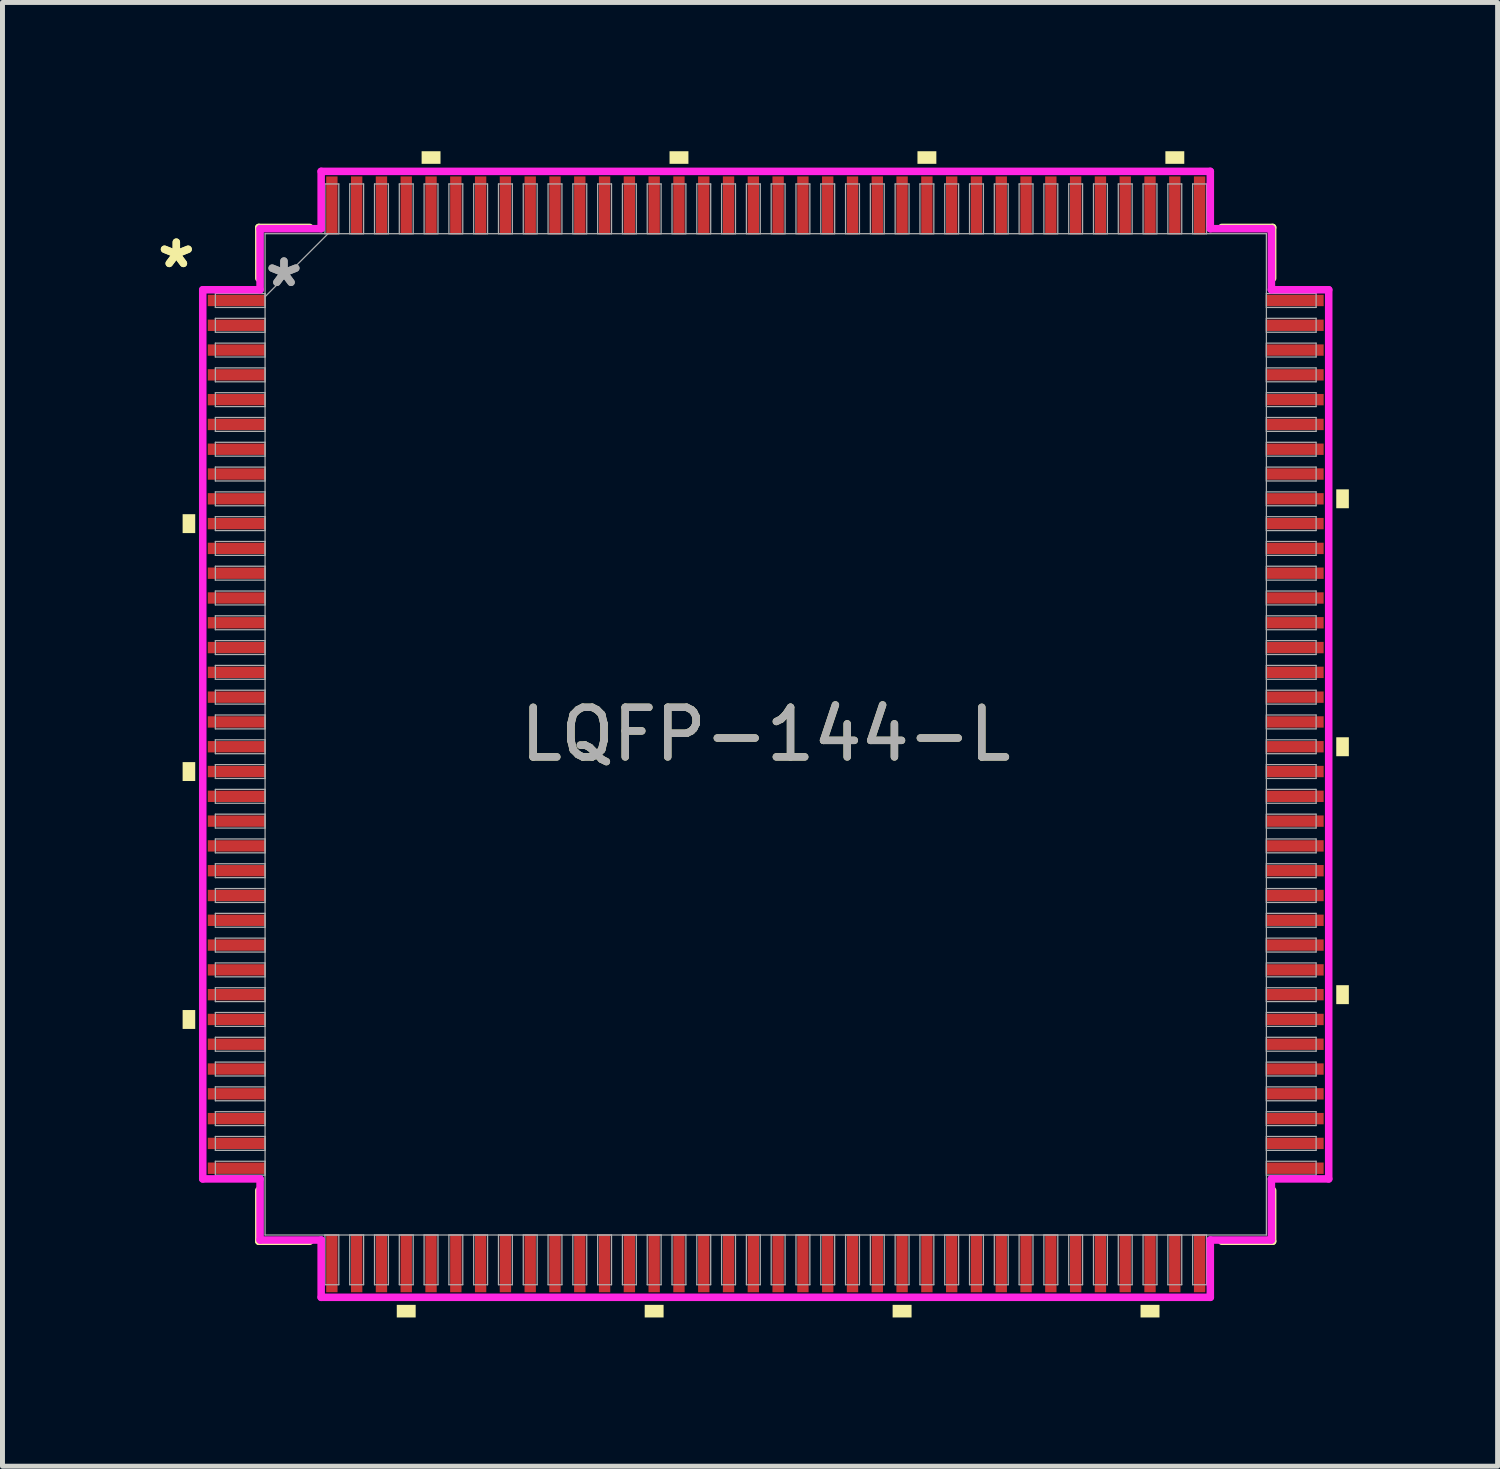
<source format=kicad_pcb>
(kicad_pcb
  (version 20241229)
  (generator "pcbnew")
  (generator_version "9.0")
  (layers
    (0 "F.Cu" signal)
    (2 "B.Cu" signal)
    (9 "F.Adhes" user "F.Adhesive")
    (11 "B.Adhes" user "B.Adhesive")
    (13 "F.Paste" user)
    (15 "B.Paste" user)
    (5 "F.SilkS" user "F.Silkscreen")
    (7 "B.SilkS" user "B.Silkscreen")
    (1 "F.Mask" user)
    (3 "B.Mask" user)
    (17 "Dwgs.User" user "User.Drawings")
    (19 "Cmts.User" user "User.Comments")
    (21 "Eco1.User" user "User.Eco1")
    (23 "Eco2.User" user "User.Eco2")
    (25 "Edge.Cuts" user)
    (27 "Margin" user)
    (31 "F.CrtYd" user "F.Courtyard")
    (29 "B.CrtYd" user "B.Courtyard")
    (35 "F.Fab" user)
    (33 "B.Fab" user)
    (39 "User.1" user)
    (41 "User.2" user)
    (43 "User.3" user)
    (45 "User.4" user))
  (footprint "LQFP-144-L"
    (layer "F.Cu")
    (at 12.393 11.76)
    (property "Reference" "LQFP-144-L" (at 0 0 0) (unlocked yes) (layer "F.SilkS") (effects (font (size 1 1) (thickness 0.15))))
    (attr smd)
    (fp_line (start -10.223 -10.223) (end -10.223 -9.197) (stroke (width 0.152) (type solid)) (layer "F.SilkS"))
    (fp_line (start -10.223 9.197) (end -10.223 10.223) (stroke (width 0.152) (type solid)) (layer "F.SilkS"))
    (fp_line (start -10.223 10.223) (end -9.197 10.223) (stroke (width 0.152) (type solid)) (layer "F.SilkS"))
    (fp_line (start -9.197 -10.223) (end -10.223 -10.223) (stroke (width 0.152) (type solid)) (layer "F.SilkS"))
    (fp_line (start 9.197 10.223) (end 10.223 10.223) (stroke (width 0.152) (type solid)) (layer "F.SilkS"))
    (fp_line (start 10.223 -10.223) (end 9.197 -10.223) (stroke (width 0.152) (type solid)) (layer "F.SilkS"))
    (fp_line (start 10.223 -9.197) (end 10.223 -10.223) (stroke (width 0.152) (type solid)) (layer "F.SilkS"))
    (fp_line (start 10.223 10.223) (end 10.223 9.197) (stroke (width 0.152) (type solid)) (layer "F.SilkS"))
    (fp_poly (pts (xy -11.76 -4.44) (xy -11.76 -4.059) (xy -11.506 -4.059) (xy -11.506 -4.44)) (stroke (width 0) (type solid)) (fill yes) (layer "F.SilkS"))
    (fp_poly (pts (xy -11.76 0.56) (xy -11.76 0.941) (xy -11.506 0.941) (xy -11.506 0.56)) (stroke (width 0) (type solid)) (fill yes) (layer "F.SilkS"))
    (fp_poly (pts (xy -11.76 5.56) (xy -11.76 5.941) (xy -11.506 5.941) (xy -11.506 5.56)) (stroke (width 0) (type solid)) (fill yes) (layer "F.SilkS"))
    (fp_poly (pts (xy -7.441 11.506) (xy -7.441 11.76) (xy -7.06 11.76) (xy -7.06 11.506)) (stroke (width 0) (type solid)) (fill yes) (layer "F.SilkS"))
    (fp_poly (pts (xy -6.94 -11.506) (xy -6.94 -11.76) (xy -6.559 -11.76) (xy -6.559 -11.506)) (stroke (width 0) (type solid)) (fill yes) (layer "F.SilkS"))
    (fp_poly (pts (xy -2.441 11.506) (xy -2.441 11.76) (xy -2.06 11.76) (xy -2.06 11.506)) (stroke (width 0) (type solid)) (fill yes) (layer "F.SilkS"))
    (fp_poly (pts (xy -1.94 -11.506) (xy -1.94 -11.76) (xy -1.559 -11.76) (xy -1.559 -11.506)) (stroke (width 0) (type solid)) (fill yes) (layer "F.SilkS"))
    (fp_poly (pts (xy 2.559 11.506) (xy 2.559 11.76) (xy 2.941 11.76) (xy 2.941 11.506)) (stroke (width 0) (type solid)) (fill yes) (layer "F.SilkS"))
    (fp_poly (pts (xy 3.06 -11.506) (xy 3.06 -11.76) (xy 3.441 -11.76) (xy 3.441 -11.506)) (stroke (width 0) (type solid)) (fill yes) (layer "F.SilkS"))
    (fp_poly (pts (xy 7.559 11.506) (xy 7.559 11.76) (xy 7.941 11.76) (xy 7.941 11.506)) (stroke (width 0) (type solid)) (fill yes) (layer "F.SilkS"))
    (fp_poly (pts (xy 8.06 -11.506) (xy 8.06 -11.76) (xy 8.441 -11.76) (xy 8.441 -11.506)) (stroke (width 0) (type solid)) (fill yes) (layer "F.SilkS"))
    (fp_poly (pts (xy 11.76 -4.941) (xy 11.76 -4.56) (xy 11.506 -4.56) (xy 11.506 -4.941)) (stroke (width 0) (type solid)) (fill yes) (layer "F.SilkS"))
    (fp_poly (pts (xy 11.76 0.059) (xy 11.76 0.441) (xy 11.506 0.441) (xy 11.506 0.059)) (stroke (width 0) (type solid)) (fill yes) (layer "F.SilkS"))
    (fp_poly (pts (xy 11.76 5.059) (xy 11.76 5.441) (xy 11.506 5.441) (xy 11.506 5.059)) (stroke (width 0) (type solid)) (fill yes) (layer "F.SilkS"))
    (fp_line (start -11.354 -8.966) (end -10.198 -8.966) (stroke (width 0.152) (type solid)) (layer "F.CrtYd"))
    (fp_line (start -11.354 8.966) (end -11.354 -8.966) (stroke (width 0.152) (type solid)) (layer "F.CrtYd"))
    (fp_line (start -10.198 -10.198) (end -8.966 -10.198) (stroke (width 0.152) (type solid)) (layer "F.CrtYd"))
    (fp_line (start -10.198 -8.966) (end -10.198 -10.198) (stroke (width 0.152) (type solid)) (layer "F.CrtYd"))
    (fp_line (start -10.198 8.966) (end -11.354 8.966) (stroke (width 0.152) (type solid)) (layer "F.CrtYd"))
    (fp_line (start -10.198 10.198) (end -10.198 8.966) (stroke (width 0.152) (type solid)) (layer "F.CrtYd"))
    (fp_line (start -10.198 10.198) (end -8.966 10.198) (stroke (width 0.152) (type solid)) (layer "F.CrtYd"))
    (fp_line (start -8.966 -11.354) (end 8.966 -11.354) (stroke (width 0.152) (type solid)) (layer "F.CrtYd"))
    (fp_line (start -8.966 -10.198) (end -8.966 -11.354) (stroke (width 0.152) (type solid)) (layer "F.CrtYd"))
    (fp_line (start -8.966 10.198) (end -8.966 11.354) (stroke (width 0.152) (type solid)) (layer "F.CrtYd"))
    (fp_line (start -8.966 11.354) (end 8.966 11.354) (stroke (width 0.152) (type solid)) (layer "F.CrtYd"))
    (fp_line (start 8.966 -11.354) (end 8.966 -10.198) (stroke (width 0.152) (type solid)) (layer "F.CrtYd"))
    (fp_line (start 8.966 -10.198) (end 10.198 -10.198) (stroke (width 0.152) (type solid)) (layer "F.CrtYd"))
    (fp_line (start 8.966 10.198) (end 10.198 10.198) (stroke (width 0.152) (type solid)) (layer "F.CrtYd"))
    (fp_line (start 8.966 11.354) (end 8.966 10.198) (stroke (width 0.152) (type solid)) (layer "F.CrtYd"))
    (fp_line (start 10.198 -8.966) (end 10.198 -10.198) (stroke (width 0.152) (type solid)) (layer "F.CrtYd"))
    (fp_line (start 10.198 8.966) (end 11.354 8.966) (stroke (width 0.152) (type solid)) (layer "F.CrtYd"))
    (fp_line (start 10.198 10.198) (end 10.198 8.966) (stroke (width 0.152) (type solid)) (layer "F.CrtYd"))
    (fp_line (start 11.354 -8.966) (end 10.198 -8.966) (stroke (width 0.152) (type solid)) (layer "F.CrtYd"))
    (fp_line (start 11.354 8.966) (end 11.354 -8.966) (stroke (width 0.152) (type solid)) (layer "F.CrtYd"))
    (fp_line (start -11.1 -8.89) (end -11.1 -8.61) (stroke (width 0.025) (type solid)) (layer "F.Fab"))
    (fp_line (start -11.1 -8.61) (end -10.097 -8.61) (stroke (width 0.025) (type solid)) (layer "F.Fab"))
    (fp_line (start -11.1 -8.39) (end -11.1 -8.11) (stroke (width 0.025) (type solid)) (layer "F.Fab"))
    (fp_line (start -11.1 -8.11) (end -10.097 -8.11) (stroke (width 0.025) (type solid)) (layer "F.Fab"))
    (fp_line (start -11.1 -7.89) (end -11.1 -7.61) (stroke (width 0.025) (type solid)) (layer "F.Fab"))
    (fp_line (start -11.1 -7.61) (end -10.097 -7.61) (stroke (width 0.025) (type solid)) (layer "F.Fab"))
    (fp_line (start -11.1 -7.39) (end -11.1 -7.11) (stroke (width 0.025) (type solid)) (layer "F.Fab"))
    (fp_line (start -11.1 -7.11) (end -10.097 -7.11) (stroke (width 0.025) (type solid)) (layer "F.Fab"))
    (fp_line (start -11.1 -6.89) (end -11.1 -6.61) (stroke (width 0.025) (type solid)) (layer "F.Fab"))
    (fp_line (start -11.1 -6.61) (end -10.097 -6.61) (stroke (width 0.025) (type solid)) (layer "F.Fab"))
    (fp_line (start -11.1 -6.39) (end -11.1 -6.11) (stroke (width 0.025) (type solid)) (layer "F.Fab"))
    (fp_line (start -11.1 -6.11) (end -10.097 -6.11) (stroke (width 0.025) (type solid)) (layer "F.Fab"))
    (fp_line (start -11.1 -5.89) (end -11.1 -5.61) (stroke (width 0.025) (type solid)) (layer "F.Fab"))
    (fp_line (start -11.1 -5.61) (end -10.097 -5.61) (stroke (width 0.025) (type solid)) (layer "F.Fab"))
    (fp_line (start -11.1 -5.39) (end -11.1 -5.11) (stroke (width 0.025) (type solid)) (layer "F.Fab"))
    (fp_line (start -11.1 -5.11) (end -10.097 -5.11) (stroke (width 0.025) (type solid)) (layer "F.Fab"))
    (fp_line (start -11.1 -4.89) (end -11.1 -4.61) (stroke (width 0.025) (type solid)) (layer "F.Fab"))
    (fp_line (start -11.1 -4.61) (end -10.097 -4.61) (stroke (width 0.025) (type solid)) (layer "F.Fab"))
    (fp_line (start -11.1 -4.39) (end -11.1 -4.11) (stroke (width 0.025) (type solid)) (layer "F.Fab"))
    (fp_line (start -11.1 -4.11) (end -10.097 -4.11) (stroke (width 0.025) (type solid)) (layer "F.Fab"))
    (fp_line (start -11.1 -3.89) (end -11.1 -3.61) (stroke (width 0.025) (type solid)) (layer "F.Fab"))
    (fp_line (start -11.1 -3.61) (end -10.097 -3.61) (stroke (width 0.025) (type solid)) (layer "F.Fab"))
    (fp_line (start -11.1 -3.39) (end -11.1 -3.11) (stroke (width 0.025) (type solid)) (layer "F.Fab"))
    (fp_line (start -11.1 -3.11) (end -10.097 -3.11) (stroke (width 0.025) (type solid)) (layer "F.Fab"))
    (fp_line (start -11.1 -2.89) (end -11.1 -2.61) (stroke (width 0.025) (type solid)) (layer "F.Fab"))
    (fp_line (start -11.1 -2.61) (end -10.097 -2.61) (stroke (width 0.025) (type solid)) (layer "F.Fab"))
    (fp_line (start -11.1 -2.39) (end -11.1 -2.11) (stroke (width 0.025) (type solid)) (layer "F.Fab"))
    (fp_line (start -11.1 -2.11) (end -10.097 -2.11) (stroke (width 0.025) (type solid)) (layer "F.Fab"))
    (fp_line (start -11.1 -1.89) (end -11.1 -1.61) (stroke (width 0.025) (type solid)) (layer "F.Fab"))
    (fp_line (start -11.1 -1.61) (end -10.097 -1.61) (stroke (width 0.025) (type solid)) (layer "F.Fab"))
    (fp_line (start -11.1 -1.39) (end -11.1 -1.11) (stroke (width 0.025) (type solid)) (layer "F.Fab"))
    (fp_line (start -11.1 -1.11) (end -10.097 -1.11) (stroke (width 0.025) (type solid)) (layer "F.Fab"))
    (fp_line (start -11.1 -0.89) (end -11.1 -0.61) (stroke (width 0.025) (type solid)) (layer "F.Fab"))
    (fp_line (start -11.1 -0.61) (end -10.097 -0.61) (stroke (width 0.025) (type solid)) (layer "F.Fab"))
    (fp_line (start -11.1 -0.39) (end -11.1 -0.11) (stroke (width 0.025) (type solid)) (layer "F.Fab"))
    (fp_line (start -11.1 -0.11) (end -10.097 -0.11) (stroke (width 0.025) (type solid)) (layer "F.Fab"))
    (fp_line (start -11.1 0.11) (end -11.1 0.39) (stroke (width 0.025) (type solid)) (layer "F.Fab"))
    (fp_line (start -11.1 0.39) (end -10.097 0.39) (stroke (width 0.025) (type solid)) (layer "F.Fab"))
    (fp_line (start -11.1 0.61) (end -11.1 0.89) (stroke (width 0.025) (type solid)) (layer "F.Fab"))
    (fp_line (start -11.1 0.89) (end -10.097 0.89) (stroke (width 0.025) (type solid)) (layer "F.Fab"))
    (fp_line (start -11.1 1.11) (end -11.1 1.39) (stroke (width 0.025) (type solid)) (layer "F.Fab"))
    (fp_line (start -11.1 1.39) (end -10.097 1.39) (stroke (width 0.025) (type solid)) (layer "F.Fab"))
    (fp_line (start -11.1 1.61) (end -11.1 1.89) (stroke (width 0.025) (type solid)) (layer "F.Fab"))
    (fp_line (start -11.1 1.89) (end -10.097 1.89) (stroke (width 0.025) (type solid)) (layer "F.Fab"))
    (fp_line (start -11.1 2.11) (end -11.1 2.39) (stroke (width 0.025) (type solid)) (layer "F.Fab"))
    (fp_line (start -11.1 2.39) (end -10.097 2.39) (stroke (width 0.025) (type solid)) (layer "F.Fab"))
    (fp_line (start -11.1 2.61) (end -11.1 2.89) (stroke (width 0.025) (type solid)) (layer "F.Fab"))
    (fp_line (start -11.1 2.89) (end -10.097 2.89) (stroke (width 0.025) (type solid)) (layer "F.Fab"))
    (fp_line (start -11.1 3.11) (end -11.1 3.39) (stroke (width 0.025) (type solid)) (layer "F.Fab"))
    (fp_line (start -11.1 3.39) (end -10.097 3.39) (stroke (width 0.025) (type solid)) (layer "F.Fab"))
    (fp_line (start -11.1 3.61) (end -11.1 3.89) (stroke (width 0.025) (type solid)) (layer "F.Fab"))
    (fp_line (start -11.1 3.89) (end -10.097 3.89) (stroke (width 0.025) (type solid)) (layer "F.Fab"))
    (fp_line (start -11.1 4.11) (end -11.1 4.39) (stroke (width 0.025) (type solid)) (layer "F.Fab"))
    (fp_line (start -11.1 4.39) (end -10.097 4.39) (stroke (width 0.025) (type solid)) (layer "F.Fab"))
    (fp_line (start -11.1 4.61) (end -11.1 4.89) (stroke (width 0.025) (type solid)) (layer "F.Fab"))
    (fp_line (start -11.1 4.89) (end -10.097 4.89) (stroke (width 0.025) (type solid)) (layer "F.Fab"))
    (fp_line (start -11.1 5.11) (end -11.1 5.39) (stroke (width 0.025) (type solid)) (layer "F.Fab"))
    (fp_line (start -11.1 5.39) (end -10.097 5.39) (stroke (width 0.025) (type solid)) (layer "F.Fab"))
    (fp_line (start -11.1 5.61) (end -11.1 5.89) (stroke (width 0.025) (type solid)) (layer "F.Fab"))
    (fp_line (start -11.1 5.89) (end -10.097 5.89) (stroke (width 0.025) (type solid)) (layer "F.Fab"))
    (fp_line (start -11.1 6.11) (end -11.1 6.39) (stroke (width 0.025) (type solid)) (layer "F.Fab"))
    (fp_line (start -11.1 6.39) (end -10.097 6.39) (stroke (width 0.025) (type solid)) (layer "F.Fab"))
    (fp_line (start -11.1 6.61) (end -11.1 6.89) (stroke (width 0.025) (type solid)) (layer "F.Fab"))
    (fp_line (start -11.1 6.89) (end -10.097 6.89) (stroke (width 0.025) (type solid)) (layer "F.Fab"))
    (fp_line (start -11.1 7.11) (end -11.1 7.39) (stroke (width 0.025) (type solid)) (layer "F.Fab"))
    (fp_line (start -11.1 7.39) (end -10.097 7.39) (stroke (width 0.025) (type solid)) (layer "F.Fab"))
    (fp_line (start -11.1 7.61) (end -11.1 7.89) (stroke (width 0.025) (type solid)) (layer "F.Fab"))
    (fp_line (start -11.1 7.89) (end -10.097 7.89) (stroke (width 0.025) (type solid)) (layer "F.Fab"))
    (fp_line (start -11.1 8.11) (end -11.1 8.39) (stroke (width 0.025) (type solid)) (layer "F.Fab"))
    (fp_line (start -11.1 8.39) (end -10.097 8.39) (stroke (width 0.025) (type solid)) (layer "F.Fab"))
    (fp_line (start -11.1 8.61) (end -11.1 8.89) (stroke (width 0.025) (type solid)) (layer "F.Fab"))
    (fp_line (start -11.1 8.89) (end -10.097 8.89) (stroke (width 0.025) (type solid)) (layer "F.Fab"))
    (fp_line (start -10.097 -10.097) (end -10.097 10.097) (stroke (width 0.025) (type solid)) (layer "F.Fab"))
    (fp_line (start -10.097 -8.89) (end -11.1 -8.89) (stroke (width 0.025) (type solid)) (layer "F.Fab"))
    (fp_line (start -10.097 -8.826) (end -8.826 -10.097) (stroke (width 0.025) (type solid)) (layer "F.Fab"))
    (fp_line (start -10.097 -8.61) (end -10.097 -8.89) (stroke (width 0.025) (type solid)) (layer "F.Fab"))
    (fp_line (start -10.097 -8.39) (end -11.1 -8.39) (stroke (width 0.025) (type solid)) (layer "F.Fab"))
    (fp_line (start -10.097 -8.11) (end -10.097 -8.39) (stroke (width 0.025) (type solid)) (layer "F.Fab"))
    (fp_line (start -10.097 -7.89) (end -11.1 -7.89) (stroke (width 0.025) (type solid)) (layer "F.Fab"))
    (fp_line (start -10.097 -7.61) (end -10.097 -7.89) (stroke (width 0.025) (type solid)) (layer "F.Fab"))
    (fp_line (start -10.097 -7.39) (end -11.1 -7.39) (stroke (width 0.025) (type solid)) (layer "F.Fab"))
    (fp_line (start -10.097 -7.11) (end -10.097 -7.39) (stroke (width 0.025) (type solid)) (layer "F.Fab"))
    (fp_line (start -10.097 -6.89) (end -11.1 -6.89) (stroke (width 0.025) (type solid)) (layer "F.Fab"))
    (fp_line (start -10.097 -6.61) (end -10.097 -6.89) (stroke (width 0.025) (type solid)) (layer "F.Fab"))
    (fp_line (start -10.097 -6.39) (end -11.1 -6.39) (stroke (width 0.025) (type solid)) (layer "F.Fab"))
    (fp_line (start -10.097 -6.11) (end -10.097 -6.39) (stroke (width 0.025) (type solid)) (layer "F.Fab"))
    (fp_line (start -10.097 -5.89) (end -11.1 -5.89) (stroke (width 0.025) (type solid)) (layer "F.Fab"))
    (fp_line (start -10.097 -5.61) (end -10.097 -5.89) (stroke (width 0.025) (type solid)) (layer "F.Fab"))
    (fp_line (start -10.097 -5.39) (end -11.1 -5.39) (stroke (width 0.025) (type solid)) (layer "F.Fab"))
    (fp_line (start -10.097 -5.11) (end -10.097 -5.39) (stroke (width 0.025) (type solid)) (layer "F.Fab"))
    (fp_line (start -10.097 -4.89) (end -11.1 -4.89) (stroke (width 0.025) (type solid)) (layer "F.Fab"))
    (fp_line (start -10.097 -4.61) (end -10.097 -4.89) (stroke (width 0.025) (type solid)) (layer "F.Fab"))
    (fp_line (start -10.097 -4.39) (end -11.1 -4.39) (stroke (width 0.025) (type solid)) (layer "F.Fab"))
    (fp_line (start -10.097 -4.11) (end -10.097 -4.39) (stroke (width 0.025) (type solid)) (layer "F.Fab"))
    (fp_line (start -10.097 -3.89) (end -11.1 -3.89) (stroke (width 0.025) (type solid)) (layer "F.Fab"))
    (fp_line (start -10.097 -3.61) (end -10.097 -3.89) (stroke (width 0.025) (type solid)) (layer "F.Fab"))
    (fp_line (start -10.097 -3.39) (end -11.1 -3.39) (stroke (width 0.025) (type solid)) (layer "F.Fab"))
    (fp_line (start -10.097 -3.11) (end -10.097 -3.39) (stroke (width 0.025) (type solid)) (layer "F.Fab"))
    (fp_line (start -10.097 -2.89) (end -11.1 -2.89) (stroke (width 0.025) (type solid)) (layer "F.Fab"))
    (fp_line (start -10.097 -2.61) (end -10.097 -2.89) (stroke (width 0.025) (type solid)) (layer "F.Fab"))
    (fp_line (start -10.097 -2.39) (end -11.1 -2.39) (stroke (width 0.025) (type solid)) (layer "F.Fab"))
    (fp_line (start -10.097 -2.11) (end -10.097 -2.39) (stroke (width 0.025) (type solid)) (layer "F.Fab"))
    (fp_line (start -10.097 -1.89) (end -11.1 -1.89) (stroke (width 0.025) (type solid)) (layer "F.Fab"))
    (fp_line (start -10.097 -1.61) (end -10.097 -1.89) (stroke (width 0.025) (type solid)) (layer "F.Fab"))
    (fp_line (start -10.097 -1.39) (end -11.1 -1.39) (stroke (width 0.025) (type solid)) (layer "F.Fab"))
    (fp_line (start -10.097 -1.11) (end -10.097 -1.39) (stroke (width 0.025) (type solid)) (layer "F.Fab"))
    (fp_line (start -10.097 -0.89) (end -11.1 -0.89) (stroke (width 0.025) (type solid)) (layer "F.Fab"))
    (fp_line (start -10.097 -0.61) (end -10.097 -0.89) (stroke (width 0.025) (type solid)) (layer "F.Fab"))
    (fp_line (start -10.097 -0.39) (end -11.1 -0.39) (stroke (width 0.025) (type solid)) (layer "F.Fab"))
    (fp_line (start -10.097 -0.11) (end -10.097 -0.39) (stroke (width 0.025) (type solid)) (layer "F.Fab"))
    (fp_line (start -10.097 0.11) (end -11.1 0.11) (stroke (width 0.025) (type solid)) (layer "F.Fab"))
    (fp_line (start -10.097 0.39) (end -10.097 0.11) (stroke (width 0.025) (type solid)) (layer "F.Fab"))
    (fp_line (start -10.097 0.61) (end -11.1 0.61) (stroke (width 0.025) (type solid)) (layer "F.Fab"))
    (fp_line (start -10.097 0.89) (end -10.097 0.61) (stroke (width 0.025) (type solid)) (layer "F.Fab"))
    (fp_line (start -10.097 1.11) (end -11.1 1.11) (stroke (width 0.025) (type solid)) (layer "F.Fab"))
    (fp_line (start -10.097 1.39) (end -10.097 1.11) (stroke (width 0.025) (type solid)) (layer "F.Fab"))
    (fp_line (start -10.097 1.61) (end -11.1 1.61) (stroke (width 0.025) (type solid)) (layer "F.Fab"))
    (fp_line (start -10.097 1.89) (end -10.097 1.61) (stroke (width 0.025) (type solid)) (layer "F.Fab"))
    (fp_line (start -10.097 2.11) (end -11.1 2.11) (stroke (width 0.025) (type solid)) (layer "F.Fab"))
    (fp_line (start -10.097 2.39) (end -10.097 2.11) (stroke (width 0.025) (type solid)) (layer "F.Fab"))
    (fp_line (start -10.097 2.61) (end -11.1 2.61) (stroke (width 0.025) (type solid)) (layer "F.Fab"))
    (fp_line (start -10.097 2.89) (end -10.097 2.61) (stroke (width 0.025) (type solid)) (layer "F.Fab"))
    (fp_line (start -10.097 3.11) (end -11.1 3.11) (stroke (width 0.025) (type solid)) (layer "F.Fab"))
    (fp_line (start -10.097 3.39) (end -10.097 3.11) (stroke (width 0.025) (type solid)) (layer "F.Fab"))
    (fp_line (start -10.097 3.61) (end -11.1 3.61) (stroke (width 0.025) (type solid)) (layer "F.Fab"))
    (fp_line (start -10.097 3.89) (end -10.097 3.61) (stroke (width 0.025) (type solid)) (layer "F.Fab"))
    (fp_line (start -10.097 4.11) (end -11.1 4.11) (stroke (width 0.025) (type solid)) (layer "F.Fab"))
    (fp_line (start -10.097 4.39) (end -10.097 4.11) (stroke (width 0.025) (type solid)) (layer "F.Fab"))
    (fp_line (start -10.097 4.61) (end -11.1 4.61) (stroke (width 0.025) (type solid)) (layer "F.Fab"))
    (fp_line (start -10.097 4.89) (end -10.097 4.61) (stroke (width 0.025) (type solid)) (layer "F.Fab"))
    (fp_line (start -10.097 5.11) (end -11.1 5.11) (stroke (width 0.025) (type solid)) (layer "F.Fab"))
    (fp_line (start -10.097 5.39) (end -10.097 5.11) (stroke (width 0.025) (type solid)) (layer "F.Fab"))
    (fp_line (start -10.097 5.61) (end -11.1 5.61) (stroke (width 0.025) (type solid)) (layer "F.Fab"))
    (fp_line (start -10.097 5.89) (end -10.097 5.61) (stroke (width 0.025) (type solid)) (layer "F.Fab"))
    (fp_line (start -10.097 6.11) (end -11.1 6.11) (stroke (width 0.025) (type solid)) (layer "F.Fab"))
    (fp_line (start -10.097 6.39) (end -10.097 6.11) (stroke (width 0.025) (type solid)) (layer "F.Fab"))
    (fp_line (start -10.097 6.61) (end -11.1 6.61) (stroke (width 0.025) (type solid)) (layer "F.Fab"))
    (fp_line (start -10.097 6.89) (end -10.097 6.61) (stroke (width 0.025) (type solid)) (layer "F.Fab"))
    (fp_line (start -10.097 7.11) (end -11.1 7.11) (stroke (width 0.025) (type solid)) (layer "F.Fab"))
    (fp_line (start -10.097 7.39) (end -10.097 7.11) (stroke (width 0.025) (type solid)) (layer "F.Fab"))
    (fp_line (start -10.097 7.61) (end -11.1 7.61) (stroke (width 0.025) (type solid)) (layer "F.Fab"))
    (fp_line (start -10.097 7.89) (end -10.097 7.61) (stroke (width 0.025) (type solid)) (layer "F.Fab"))
    (fp_line (start -10.097 8.11) (end -11.1 8.11) (stroke (width 0.025) (type solid)) (layer "F.Fab"))
    (fp_line (start -10.097 8.39) (end -10.097 8.11) (stroke (width 0.025) (type solid)) (layer "F.Fab"))
    (fp_line (start -10.097 8.61) (end -11.1 8.61) (stroke (width 0.025) (type solid)) (layer "F.Fab"))
    (fp_line (start -10.097 8.89) (end -10.097 8.61) (stroke (width 0.025) (type solid)) (layer "F.Fab"))
    (fp_line (start -10.097 10.097) (end 10.097 10.097) (stroke (width 0.025) (type solid)) (layer "F.Fab"))
    (fp_line (start -8.89 -11.1) (end -8.89 -10.097) (stroke (width 0.025) (type solid)) (layer "F.Fab"))
    (fp_line (start -8.89 -10.097) (end -8.61 -10.097) (stroke (width 0.025) (type solid)) (layer "F.Fab"))
    (fp_line (start -8.89 10.097) (end -8.89 11.1) (stroke (width 0.025) (type solid)) (layer "F.Fab"))
    (fp_line (start -8.89 11.1) (end -8.61 11.1) (stroke (width 0.025) (type solid)) (layer "F.Fab"))
    (fp_line (start -8.61 -11.1) (end -8.89 -11.1) (stroke (width 0.025) (type solid)) (layer "F.Fab"))
    (fp_line (start -8.61 -10.097) (end -8.61 -11.1) (stroke (width 0.025) (type solid)) (layer "F.Fab"))
    (fp_line (start -8.61 10.097) (end -8.89 10.097) (stroke (width 0.025) (type solid)) (layer "F.Fab"))
    (fp_line (start -8.61 11.1) (end -8.61 10.097) (stroke (width 0.025) (type solid)) (layer "F.Fab"))
    (fp_line (start -8.39 -11.1) (end -8.39 -10.097) (stroke (width 0.025) (type solid)) (layer "F.Fab"))
    (fp_line (start -8.39 -10.097) (end -8.11 -10.097) (stroke (width 0.025) (type solid)) (layer "F.Fab"))
    (fp_line (start -8.39 10.097) (end -8.39 11.1) (stroke (width 0.025) (type solid)) (layer "F.Fab"))
    (fp_line (start -8.39 11.1) (end -8.11 11.1) (stroke (width 0.025) (type solid)) (layer "F.Fab"))
    (fp_line (start -8.11 -11.1) (end -8.39 -11.1) (stroke (width 0.025) (type solid)) (layer "F.Fab"))
    (fp_line (start -8.11 -10.097) (end -8.11 -11.1) (stroke (width 0.025) (type solid)) (layer "F.Fab"))
    (fp_line (start -8.11 10.097) (end -8.39 10.097) (stroke (width 0.025) (type solid)) (layer "F.Fab"))
    (fp_line (start -8.11 11.1) (end -8.11 10.097) (stroke (width 0.025) (type solid)) (layer "F.Fab"))
    (fp_line (start -7.89 -11.1) (end -7.89 -10.097) (stroke (width 0.025) (type solid)) (layer "F.Fab"))
    (fp_line (start -7.89 -10.097) (end -7.61 -10.097) (stroke (width 0.025) (type solid)) (layer "F.Fab"))
    (fp_line (start -7.89 10.097) (end -7.89 11.1) (stroke (width 0.025) (type solid)) (layer "F.Fab"))
    (fp_line (start -7.89 11.1) (end -7.61 11.1) (stroke (width 0.025) (type solid)) (layer "F.Fab"))
    (fp_line (start -7.61 -11.1) (end -7.89 -11.1) (stroke (width 0.025) (type solid)) (layer "F.Fab"))
    (fp_line (start -7.61 -10.097) (end -7.61 -11.1) (stroke (width 0.025) (type solid)) (layer "F.Fab"))
    (fp_line (start -7.61 10.097) (end -7.89 10.097) (stroke (width 0.025) (type solid)) (layer "F.Fab"))
    (fp_line (start -7.61 11.1) (end -7.61 10.097) (stroke (width 0.025) (type solid)) (layer "F.Fab"))
    (fp_line (start -7.39 -11.1) (end -7.39 -10.097) (stroke (width 0.025) (type solid)) (layer "F.Fab"))
    (fp_line (start -7.39 -10.097) (end -7.11 -10.097) (stroke (width 0.025) (type solid)) (layer "F.Fab"))
    (fp_line (start -7.39 10.097) (end -7.39 11.1) (stroke (width 0.025) (type solid)) (layer "F.Fab"))
    (fp_line (start -7.39 11.1) (end -7.11 11.1) (stroke (width 0.025) (type solid)) (layer "F.Fab"))
    (fp_line (start -7.11 -11.1) (end -7.39 -11.1) (stroke (width 0.025) (type solid)) (layer "F.Fab"))
    (fp_line (start -7.11 -10.097) (end -7.11 -11.1) (stroke (width 0.025) (type solid)) (layer "F.Fab"))
    (fp_line (start -7.11 10.097) (end -7.39 10.097) (stroke (width 0.025) (type solid)) (layer "F.Fab"))
    (fp_line (start -7.11 11.1) (end -7.11 10.097) (stroke (width 0.025) (type solid)) (layer "F.Fab"))
    (fp_line (start -6.89 -11.1) (end -6.89 -10.097) (stroke (width 0.025) (type solid)) (layer "F.Fab"))
    (fp_line (start -6.89 -10.097) (end -6.61 -10.097) (stroke (width 0.025) (type solid)) (layer "F.Fab"))
    (fp_line (start -6.89 10.097) (end -6.89 11.1) (stroke (width 0.025) (type solid)) (layer "F.Fab"))
    (fp_line (start -6.89 11.1) (end -6.61 11.1) (stroke (width 0.025) (type solid)) (layer "F.Fab"))
    (fp_line (start -6.61 -11.1) (end -6.89 -11.1) (stroke (width 0.025) (type solid)) (layer "F.Fab"))
    (fp_line (start -6.61 -10.097) (end -6.61 -11.1) (stroke (width 0.025) (type solid)) (layer "F.Fab"))
    (fp_line (start -6.61 10.097) (end -6.89 10.097) (stroke (width 0.025) (type solid)) (layer "F.Fab"))
    (fp_line (start -6.61 11.1) (end -6.61 10.097) (stroke (width 0.025) (type solid)) (layer "F.Fab"))
    (fp_line (start -6.39 -11.1) (end -6.39 -10.097) (stroke (width 0.025) (type solid)) (layer "F.Fab"))
    (fp_line (start -6.39 -10.097) (end -6.11 -10.097) (stroke (width 0.025) (type solid)) (layer "F.Fab"))
    (fp_line (start -6.39 10.097) (end -6.39 11.1) (stroke (width 0.025) (type solid)) (layer "F.Fab"))
    (fp_line (start -6.39 11.1) (end -6.11 11.1) (stroke (width 0.025) (type solid)) (layer "F.Fab"))
    (fp_line (start -6.11 -11.1) (end -6.39 -11.1) (stroke (width 0.025) (type solid)) (layer "F.Fab"))
    (fp_line (start -6.11 -10.097) (end -6.11 -11.1) (stroke (width 0.025) (type solid)) (layer "F.Fab"))
    (fp_line (start -6.11 10.097) (end -6.39 10.097) (stroke (width 0.025) (type solid)) (layer "F.Fab"))
    (fp_line (start -6.11 11.1) (end -6.11 10.097) (stroke (width 0.025) (type solid)) (layer "F.Fab"))
    (fp_line (start -5.89 -11.1) (end -5.89 -10.097) (stroke (width 0.025) (type solid)) (layer "F.Fab"))
    (fp_line (start -5.89 -10.097) (end -5.61 -10.097) (stroke (width 0.025) (type solid)) (layer "F.Fab"))
    (fp_line (start -5.89 10.097) (end -5.89 11.1) (stroke (width 0.025) (type solid)) (layer "F.Fab"))
    (fp_line (start -5.89 11.1) (end -5.61 11.1) (stroke (width 0.025) (type solid)) (layer "F.Fab"))
    (fp_line (start -5.61 -11.1) (end -5.89 -11.1) (stroke (width 0.025) (type solid)) (layer "F.Fab"))
    (fp_line (start -5.61 -10.097) (end -5.61 -11.1) (stroke (width 0.025) (type solid)) (layer "F.Fab"))
    (fp_line (start -5.61 10.097) (end -5.89 10.097) (stroke (width 0.025) (type solid)) (layer "F.Fab"))
    (fp_line (start -5.61 11.1) (end -5.61 10.097) (stroke (width 0.025) (type solid)) (layer "F.Fab"))
    (fp_line (start -5.39 -11.1) (end -5.39 -10.097) (stroke (width 0.025) (type solid)) (layer "F.Fab"))
    (fp_line (start -5.39 -10.097) (end -5.11 -10.097) (stroke (width 0.025) (type solid)) (layer "F.Fab"))
    (fp_line (start -5.39 10.097) (end -5.39 11.1) (stroke (width 0.025) (type solid)) (layer "F.Fab"))
    (fp_line (start -5.39 11.1) (end -5.11 11.1) (stroke (width 0.025) (type solid)) (layer "F.Fab"))
    (fp_line (start -5.11 -11.1) (end -5.39 -11.1) (stroke (width 0.025) (type solid)) (layer "F.Fab"))
    (fp_line (start -5.11 -10.097) (end -5.11 -11.1) (stroke (width 0.025) (type solid)) (layer "F.Fab"))
    (fp_line (start -5.11 10.097) (end -5.39 10.097) (stroke (width 0.025) (type solid)) (layer "F.Fab"))
    (fp_line (start -5.11 11.1) (end -5.11 10.097) (stroke (width 0.025) (type solid)) (layer "F.Fab"))
    (fp_line (start -4.89 -11.1) (end -4.89 -10.097) (stroke (width 0.025) (type solid)) (layer "F.Fab"))
    (fp_line (start -4.89 -10.097) (end -4.61 -10.097) (stroke (width 0.025) (type solid)) (layer "F.Fab"))
    (fp_line (start -4.89 10.097) (end -4.89 11.1) (stroke (width 0.025) (type solid)) (layer "F.Fab"))
    (fp_line (start -4.89 11.1) (end -4.61 11.1) (stroke (width 0.025) (type solid)) (layer "F.Fab"))
    (fp_line (start -4.61 -11.1) (end -4.89 -11.1) (stroke (width 0.025) (type solid)) (layer "F.Fab"))
    (fp_line (start -4.61 -10.097) (end -4.61 -11.1) (stroke (width 0.025) (type solid)) (layer "F.Fab"))
    (fp_line (start -4.61 10.097) (end -4.89 10.097) (stroke (width 0.025) (type solid)) (layer "F.Fab"))
    (fp_line (start -4.61 11.1) (end -4.61 10.097) (stroke (width 0.025) (type solid)) (layer "F.Fab"))
    (fp_line (start -4.39 -11.1) (end -4.39 -10.097) (stroke (width 0.025) (type solid)) (layer "F.Fab"))
    (fp_line (start -4.39 -10.097) (end -4.11 -10.097) (stroke (width 0.025) (type solid)) (layer "F.Fab"))
    (fp_line (start -4.39 10.097) (end -4.39 11.1) (stroke (width 0.025) (type solid)) (layer "F.Fab"))
    (fp_line (start -4.39 11.1) (end -4.11 11.1) (stroke (width 0.025) (type solid)) (layer "F.Fab"))
    (fp_line (start -4.11 -11.1) (end -4.39 -11.1) (stroke (width 0.025) (type solid)) (layer "F.Fab"))
    (fp_line (start -4.11 -10.097) (end -4.11 -11.1) (stroke (width 0.025) (type solid)) (layer "F.Fab"))
    (fp_line (start -4.11 10.097) (end -4.39 10.097) (stroke (width 0.025) (type solid)) (layer "F.Fab"))
    (fp_line (start -4.11 11.1) (end -4.11 10.097) (stroke (width 0.025) (type solid)) (layer "F.Fab"))
    (fp_line (start -3.89 -11.1) (end -3.89 -10.097) (stroke (width 0.025) (type solid)) (layer "F.Fab"))
    (fp_line (start -3.89 -10.097) (end -3.61 -10.097) (stroke (width 0.025) (type solid)) (layer "F.Fab"))
    (fp_line (start -3.89 10.097) (end -3.89 11.1) (stroke (width 0.025) (type solid)) (layer "F.Fab"))
    (fp_line (start -3.89 11.1) (end -3.61 11.1) (stroke (width 0.025) (type solid)) (layer "F.Fab"))
    (fp_line (start -3.61 -11.1) (end -3.89 -11.1) (stroke (width 0.025) (type solid)) (layer "F.Fab"))
    (fp_line (start -3.61 -10.097) (end -3.61 -11.1) (stroke (width 0.025) (type solid)) (layer "F.Fab"))
    (fp_line (start -3.61 10.097) (end -3.89 10.097) (stroke (width 0.025) (type solid)) (layer "F.Fab"))
    (fp_line (start -3.61 11.1) (end -3.61 10.097) (stroke (width 0.025) (type solid)) (layer "F.Fab"))
    (fp_line (start -3.39 -11.1) (end -3.39 -10.097) (stroke (width 0.025) (type solid)) (layer "F.Fab"))
    (fp_line (start -3.39 -10.097) (end -3.11 -10.097) (stroke (width 0.025) (type solid)) (layer "F.Fab"))
    (fp_line (start -3.39 10.097) (end -3.39 11.1) (stroke (width 0.025) (type solid)) (layer "F.Fab"))
    (fp_line (start -3.39 11.1) (end -3.11 11.1) (stroke (width 0.025) (type solid)) (layer "F.Fab"))
    (fp_line (start -3.11 -11.1) (end -3.39 -11.1) (stroke (width 0.025) (type solid)) (layer "F.Fab"))
    (fp_line (start -3.11 -10.097) (end -3.11 -11.1) (stroke (width 0.025) (type solid)) (layer "F.Fab"))
    (fp_line (start -3.11 10.097) (end -3.39 10.097) (stroke (width 0.025) (type solid)) (layer "F.Fab"))
    (fp_line (start -3.11 11.1) (end -3.11 10.097) (stroke (width 0.025) (type solid)) (layer "F.Fab"))
    (fp_line (start -2.89 -11.1) (end -2.89 -10.097) (stroke (width 0.025) (type solid)) (layer "F.Fab"))
    (fp_line (start -2.89 -10.097) (end -2.61 -10.097) (stroke (width 0.025) (type solid)) (layer "F.Fab"))
    (fp_line (start -2.89 10.097) (end -2.89 11.1) (stroke (width 0.025) (type solid)) (layer "F.Fab"))
    (fp_line (start -2.89 11.1) (end -2.61 11.1) (stroke (width 0.025) (type solid)) (layer "F.Fab"))
    (fp_line (start -2.61 -11.1) (end -2.89 -11.1) (stroke (width 0.025) (type solid)) (layer "F.Fab"))
    (fp_line (start -2.61 -10.097) (end -2.61 -11.1) (stroke (width 0.025) (type solid)) (layer "F.Fab"))
    (fp_line (start -2.61 10.097) (end -2.89 10.097) (stroke (width 0.025) (type solid)) (layer "F.Fab"))
    (fp_line (start -2.61 11.1) (end -2.61 10.097) (stroke (width 0.025) (type solid)) (layer "F.Fab"))
    (fp_line (start -2.39 -11.1) (end -2.39 -10.097) (stroke (width 0.025) (type solid)) (layer "F.Fab"))
    (fp_line (start -2.39 -10.097) (end -2.11 -10.097) (stroke (width 0.025) (type solid)) (layer "F.Fab"))
    (fp_line (start -2.39 10.097) (end -2.39 11.1) (stroke (width 0.025) (type solid)) (layer "F.Fab"))
    (fp_line (start -2.39 11.1) (end -2.11 11.1) (stroke (width 0.025) (type solid)) (layer "F.Fab"))
    (fp_line (start -2.11 -11.1) (end -2.39 -11.1) (stroke (width 0.025) (type solid)) (layer "F.Fab"))
    (fp_line (start -2.11 -10.097) (end -2.11 -11.1) (stroke (width 0.025) (type solid)) (layer "F.Fab"))
    (fp_line (start -2.11 10.097) (end -2.39 10.097) (stroke (width 0.025) (type solid)) (layer "F.Fab"))
    (fp_line (start -2.11 11.1) (end -2.11 10.097) (stroke (width 0.025) (type solid)) (layer "F.Fab"))
    (fp_line (start -1.89 -11.1) (end -1.89 -10.097) (stroke (width 0.025) (type solid)) (layer "F.Fab"))
    (fp_line (start -1.89 -10.097) (end -1.61 -10.097) (stroke (width 0.025) (type solid)) (layer "F.Fab"))
    (fp_line (start -1.89 10.097) (end -1.89 11.1) (stroke (width 0.025) (type solid)) (layer "F.Fab"))
    (fp_line (start -1.89 11.1) (end -1.61 11.1) (stroke (width 0.025) (type solid)) (layer "F.Fab"))
    (fp_line (start -1.61 -11.1) (end -1.89 -11.1) (stroke (width 0.025) (type solid)) (layer "F.Fab"))
    (fp_line (start -1.61 -10.097) (end -1.61 -11.1) (stroke (width 0.025) (type solid)) (layer "F.Fab"))
    (fp_line (start -1.61 10.097) (end -1.89 10.097) (stroke (width 0.025) (type solid)) (layer "F.Fab"))
    (fp_line (start -1.61 11.1) (end -1.61 10.097) (stroke (width 0.025) (type solid)) (layer "F.Fab"))
    (fp_line (start -1.39 -11.1) (end -1.39 -10.097) (stroke (width 0.025) (type solid)) (layer "F.Fab"))
    (fp_line (start -1.39 -10.097) (end -1.11 -10.097) (stroke (width 0.025) (type solid)) (layer "F.Fab"))
    (fp_line (start -1.39 10.097) (end -1.39 11.1) (stroke (width 0.025) (type solid)) (layer "F.Fab"))
    (fp_line (start -1.39 11.1) (end -1.11 11.1) (stroke (width 0.025) (type solid)) (layer "F.Fab"))
    (fp_line (start -1.11 -11.1) (end -1.39 -11.1) (stroke (width 0.025) (type solid)) (layer "F.Fab"))
    (fp_line (start -1.11 -10.097) (end -1.11 -11.1) (stroke (width 0.025) (type solid)) (layer "F.Fab"))
    (fp_line (start -1.11 10.097) (end -1.39 10.097) (stroke (width 0.025) (type solid)) (layer "F.Fab"))
    (fp_line (start -1.11 11.1) (end -1.11 10.097) (stroke (width 0.025) (type solid)) (layer "F.Fab"))
    (fp_line (start -0.89 -11.1) (end -0.89 -10.097) (stroke (width 0.025) (type solid)) (layer "F.Fab"))
    (fp_line (start -0.89 -10.097) (end -0.61 -10.097) (stroke (width 0.025) (type solid)) (layer "F.Fab"))
    (fp_line (start -0.89 10.097) (end -0.89 11.1) (stroke (width 0.025) (type solid)) (layer "F.Fab"))
    (fp_line (start -0.89 11.1) (end -0.61 11.1) (stroke (width 0.025) (type solid)) (layer "F.Fab"))
    (fp_line (start -0.61 -11.1) (end -0.89 -11.1) (stroke (width 0.025) (type solid)) (layer "F.Fab"))
    (fp_line (start -0.61 -10.097) (end -0.61 -11.1) (stroke (width 0.025) (type solid)) (layer "F.Fab"))
    (fp_line (start -0.61 10.097) (end -0.89 10.097) (stroke (width 0.025) (type solid)) (layer "F.Fab"))
    (fp_line (start -0.61 11.1) (end -0.61 10.097) (stroke (width 0.025) (type solid)) (layer "F.Fab"))
    (fp_line (start -0.39 -11.1) (end -0.39 -10.097) (stroke (width 0.025) (type solid)) (layer "F.Fab"))
    (fp_line (start -0.39 -10.097) (end -0.11 -10.097) (stroke (width 0.025) (type solid)) (layer "F.Fab"))
    (fp_line (start -0.39 10.097) (end -0.39 11.1) (stroke (width 0.025) (type solid)) (layer "F.Fab"))
    (fp_line (start -0.39 11.1) (end -0.11 11.1) (stroke (width 0.025) (type solid)) (layer "F.Fab"))
    (fp_line (start -0.11 -11.1) (end -0.39 -11.1) (stroke (width 0.025) (type solid)) (layer "F.Fab"))
    (fp_line (start -0.11 -10.097) (end -0.11 -11.1) (stroke (width 0.025) (type solid)) (layer "F.Fab"))
    (fp_line (start -0.11 10.097) (end -0.39 10.097) (stroke (width 0.025) (type solid)) (layer "F.Fab"))
    (fp_line (start -0.11 11.1) (end -0.11 10.097) (stroke (width 0.025) (type solid)) (layer "F.Fab"))
    (fp_line (start 0.11 -11.1) (end 0.11 -10.097) (stroke (width 0.025) (type solid)) (layer "F.Fab"))
    (fp_line (start 0.11 -10.097) (end 0.39 -10.097) (stroke (width 0.025) (type solid)) (layer "F.Fab"))
    (fp_line (start 0.11 10.097) (end 0.11 11.1) (stroke (width 0.025) (type solid)) (layer "F.Fab"))
    (fp_line (start 0.11 11.1) (end 0.39 11.1) (stroke (width 0.025) (type solid)) (layer "F.Fab"))
    (fp_line (start 0.39 -11.1) (end 0.11 -11.1) (stroke (width 0.025) (type solid)) (layer "F.Fab"))
    (fp_line (start 0.39 -10.097) (end 0.39 -11.1) (stroke (width 0.025) (type solid)) (layer "F.Fab"))
    (fp_line (start 0.39 10.097) (end 0.11 10.097) (stroke (width 0.025) (type solid)) (layer "F.Fab"))
    (fp_line (start 0.39 11.1) (end 0.39 10.097) (stroke (width 0.025) (type solid)) (layer "F.Fab"))
    (fp_line (start 0.61 -11.1) (end 0.61 -10.097) (stroke (width 0.025) (type solid)) (layer "F.Fab"))
    (fp_line (start 0.61 -10.097) (end 0.89 -10.097) (stroke (width 0.025) (type solid)) (layer "F.Fab"))
    (fp_line (start 0.61 10.097) (end 0.61 11.1) (stroke (width 0.025) (type solid)) (layer "F.Fab"))
    (fp_line (start 0.61 11.1) (end 0.89 11.1) (stroke (width 0.025) (type solid)) (layer "F.Fab"))
    (fp_line (start 0.89 -11.1) (end 0.61 -11.1) (stroke (width 0.025) (type solid)) (layer "F.Fab"))
    (fp_line (start 0.89 -10.097) (end 0.89 -11.1) (stroke (width 0.025) (type solid)) (layer "F.Fab"))
    (fp_line (start 0.89 10.097) (end 0.61 10.097) (stroke (width 0.025) (type solid)) (layer "F.Fab"))
    (fp_line (start 0.89 11.1) (end 0.89 10.097) (stroke (width 0.025) (type solid)) (layer "F.Fab"))
    (fp_line (start 1.11 -11.1) (end 1.11 -10.097) (stroke (width 0.025) (type solid)) (layer "F.Fab"))
    (fp_line (start 1.11 -10.097) (end 1.39 -10.097) (stroke (width 0.025) (type solid)) (layer "F.Fab"))
    (fp_line (start 1.11 10.097) (end 1.11 11.1) (stroke (width 0.025) (type solid)) (layer "F.Fab"))
    (fp_line (start 1.11 11.1) (end 1.39 11.1) (stroke (width 0.025) (type solid)) (layer "F.Fab"))
    (fp_line (start 1.39 -11.1) (end 1.11 -11.1) (stroke (width 0.025) (type solid)) (layer "F.Fab"))
    (fp_line (start 1.39 -10.097) (end 1.39 -11.1) (stroke (width 0.025) (type solid)) (layer "F.Fab"))
    (fp_line (start 1.39 10.097) (end 1.11 10.097) (stroke (width 0.025) (type solid)) (layer "F.Fab"))
    (fp_line (start 1.39 11.1) (end 1.39 10.097) (stroke (width 0.025) (type solid)) (layer "F.Fab"))
    (fp_line (start 1.61 -11.1) (end 1.61 -10.097) (stroke (width 0.025) (type solid)) (layer "F.Fab"))
    (fp_line (start 1.61 -10.097) (end 1.89 -10.097) (stroke (width 0.025) (type solid)) (layer "F.Fab"))
    (fp_line (start 1.61 10.097) (end 1.61 11.1) (stroke (width 0.025) (type solid)) (layer "F.Fab"))
    (fp_line (start 1.61 11.1) (end 1.89 11.1) (stroke (width 0.025) (type solid)) (layer "F.Fab"))
    (fp_line (start 1.89 -11.1) (end 1.61 -11.1) (stroke (width 0.025) (type solid)) (layer "F.Fab"))
    (fp_line (start 1.89 -10.097) (end 1.89 -11.1) (stroke (width 0.025) (type solid)) (layer "F.Fab"))
    (fp_line (start 1.89 10.097) (end 1.61 10.097) (stroke (width 0.025) (type solid)) (layer "F.Fab"))
    (fp_line (start 1.89 11.1) (end 1.89 10.097) (stroke (width 0.025) (type solid)) (layer "F.Fab"))
    (fp_line (start 2.11 -11.1) (end 2.11 -10.097) (stroke (width 0.025) (type solid)) (layer "F.Fab"))
    (fp_line (start 2.11 -10.097) (end 2.39 -10.097) (stroke (width 0.025) (type solid)) (layer "F.Fab"))
    (fp_line (start 2.11 10.097) (end 2.11 11.1) (stroke (width 0.025) (type solid)) (layer "F.Fab"))
    (fp_line (start 2.11 11.1) (end 2.39 11.1) (stroke (width 0.025) (type solid)) (layer "F.Fab"))
    (fp_line (start 2.39 -11.1) (end 2.11 -11.1) (stroke (width 0.025) (type solid)) (layer "F.Fab"))
    (fp_line (start 2.39 -10.097) (end 2.39 -11.1) (stroke (width 0.025) (type solid)) (layer "F.Fab"))
    (fp_line (start 2.39 10.097) (end 2.11 10.097) (stroke (width 0.025) (type solid)) (layer "F.Fab"))
    (fp_line (start 2.39 11.1) (end 2.39 10.097) (stroke (width 0.025) (type solid)) (layer "F.Fab"))
    (fp_line (start 2.61 -11.1) (end 2.61 -10.097) (stroke (width 0.025) (type solid)) (layer "F.Fab"))
    (fp_line (start 2.61 -10.097) (end 2.89 -10.097) (stroke (width 0.025) (type solid)) (layer "F.Fab"))
    (fp_line (start 2.61 10.097) (end 2.61 11.1) (stroke (width 0.025) (type solid)) (layer "F.Fab"))
    (fp_line (start 2.61 11.1) (end 2.89 11.1) (stroke (width 0.025) (type solid)) (layer "F.Fab"))
    (fp_line (start 2.89 -11.1) (end 2.61 -11.1) (stroke (width 0.025) (type solid)) (layer "F.Fab"))
    (fp_line (start 2.89 -10.097) (end 2.89 -11.1) (stroke (width 0.025) (type solid)) (layer "F.Fab"))
    (fp_line (start 2.89 10.097) (end 2.61 10.097) (stroke (width 0.025) (type solid)) (layer "F.Fab"))
    (fp_line (start 2.89 11.1) (end 2.89 10.097) (stroke (width 0.025) (type solid)) (layer "F.Fab"))
    (fp_line (start 3.11 -11.1) (end 3.11 -10.097) (stroke (width 0.025) (type solid)) (layer "F.Fab"))
    (fp_line (start 3.11 -10.097) (end 3.39 -10.097) (stroke (width 0.025) (type solid)) (layer "F.Fab"))
    (fp_line (start 3.11 10.097) (end 3.11 11.1) (stroke (width 0.025) (type solid)) (layer "F.Fab"))
    (fp_line (start 3.11 11.1) (end 3.39 11.1) (stroke (width 0.025) (type solid)) (layer "F.Fab"))
    (fp_line (start 3.39 -11.1) (end 3.11 -11.1) (stroke (width 0.025) (type solid)) (layer "F.Fab"))
    (fp_line (start 3.39 -10.097) (end 3.39 -11.1) (stroke (width 0.025) (type solid)) (layer "F.Fab"))
    (fp_line (start 3.39 10.097) (end 3.11 10.097) (stroke (width 0.025) (type solid)) (layer "F.Fab"))
    (fp_line (start 3.39 11.1) (end 3.39 10.097) (stroke (width 0.025) (type solid)) (layer "F.Fab"))
    (fp_line (start 3.61 -11.1) (end 3.61 -10.097) (stroke (width 0.025) (type solid)) (layer "F.Fab"))
    (fp_line (start 3.61 -10.097) (end 3.89 -10.097) (stroke (width 0.025) (type solid)) (layer "F.Fab"))
    (fp_line (start 3.61 10.097) (end 3.61 11.1) (stroke (width 0.025) (type solid)) (layer "F.Fab"))
    (fp_line (start 3.61 11.1) (end 3.89 11.1) (stroke (width 0.025) (type solid)) (layer "F.Fab"))
    (fp_line (start 3.89 -11.1) (end 3.61 -11.1) (stroke (width 0.025) (type solid)) (layer "F.Fab"))
    (fp_line (start 3.89 -10.097) (end 3.89 -11.1) (stroke (width 0.025) (type solid)) (layer "F.Fab"))
    (fp_line (start 3.89 10.097) (end 3.61 10.097) (stroke (width 0.025) (type solid)) (layer "F.Fab"))
    (fp_line (start 3.89 11.1) (end 3.89 10.097) (stroke (width 0.025) (type solid)) (layer "F.Fab"))
    (fp_line (start 4.11 -11.1) (end 4.11 -10.097) (stroke (width 0.025) (type solid)) (layer "F.Fab"))
    (fp_line (start 4.11 -10.097) (end 4.39 -10.097) (stroke (width 0.025) (type solid)) (layer "F.Fab"))
    (fp_line (start 4.11 10.097) (end 4.11 11.1) (stroke (width 0.025) (type solid)) (layer "F.Fab"))
    (fp_line (start 4.11 11.1) (end 4.39 11.1) (stroke (width 0.025) (type solid)) (layer "F.Fab"))
    (fp_line (start 4.39 -11.1) (end 4.11 -11.1) (stroke (width 0.025) (type solid)) (layer "F.Fab"))
    (fp_line (start 4.39 -10.097) (end 4.39 -11.1) (stroke (width 0.025) (type solid)) (layer "F.Fab"))
    (fp_line (start 4.39 10.097) (end 4.11 10.097) (stroke (width 0.025) (type solid)) (layer "F.Fab"))
    (fp_line (start 4.39 11.1) (end 4.39 10.097) (stroke (width 0.025) (type solid)) (layer "F.Fab"))
    (fp_line (start 4.61 -11.1) (end 4.61 -10.097) (stroke (width 0.025) (type solid)) (layer "F.Fab"))
    (fp_line (start 4.61 -10.097) (end 4.89 -10.097) (stroke (width 0.025) (type solid)) (layer "F.Fab"))
    (fp_line (start 4.61 10.097) (end 4.61 11.1) (stroke (width 0.025) (type solid)) (layer "F.Fab"))
    (fp_line (start 4.61 11.1) (end 4.89 11.1) (stroke (width 0.025) (type solid)) (layer "F.Fab"))
    (fp_line (start 4.89 -11.1) (end 4.61 -11.1) (stroke (width 0.025) (type solid)) (layer "F.Fab"))
    (fp_line (start 4.89 -10.097) (end 4.89 -11.1) (stroke (width 0.025) (type solid)) (layer "F.Fab"))
    (fp_line (start 4.89 10.097) (end 4.61 10.097) (stroke (width 0.025) (type solid)) (layer "F.Fab"))
    (fp_line (start 4.89 11.1) (end 4.89 10.097) (stroke (width 0.025) (type solid)) (layer "F.Fab"))
    (fp_line (start 5.11 -11.1) (end 5.11 -10.097) (stroke (width 0.025) (type solid)) (layer "F.Fab"))
    (fp_line (start 5.11 -10.097) (end 5.39 -10.097) (stroke (width 0.025) (type solid)) (layer "F.Fab"))
    (fp_line (start 5.11 10.097) (end 5.11 11.1) (stroke (width 0.025) (type solid)) (layer "F.Fab"))
    (fp_line (start 5.11 11.1) (end 5.39 11.1) (stroke (width 0.025) (type solid)) (layer "F.Fab"))
    (fp_line (start 5.39 -11.1) (end 5.11 -11.1) (stroke (width 0.025) (type solid)) (layer "F.Fab"))
    (fp_line (start 5.39 -10.097) (end 5.39 -11.1) (stroke (width 0.025) (type solid)) (layer "F.Fab"))
    (fp_line (start 5.39 10.097) (end 5.11 10.097) (stroke (width 0.025) (type solid)) (layer "F.Fab"))
    (fp_line (start 5.39 11.1) (end 5.39 10.097) (stroke (width 0.025) (type solid)) (layer "F.Fab"))
    (fp_line (start 5.61 -11.1) (end 5.61 -10.097) (stroke (width 0.025) (type solid)) (layer "F.Fab"))
    (fp_line (start 5.61 -10.097) (end 5.89 -10.097) (stroke (width 0.025) (type solid)) (layer "F.Fab"))
    (fp_line (start 5.61 10.097) (end 5.61 11.1) (stroke (width 0.025) (type solid)) (layer "F.Fab"))
    (fp_line (start 5.61 11.1) (end 5.89 11.1) (stroke (width 0.025) (type solid)) (layer "F.Fab"))
    (fp_line (start 5.89 -11.1) (end 5.61 -11.1) (stroke (width 0.025) (type solid)) (layer "F.Fab"))
    (fp_line (start 5.89 -10.097) (end 5.89 -11.1) (stroke (width 0.025) (type solid)) (layer "F.Fab"))
    (fp_line (start 5.89 10.097) (end 5.61 10.097) (stroke (width 0.025) (type solid)) (layer "F.Fab"))
    (fp_line (start 5.89 11.1) (end 5.89 10.097) (stroke (width 0.025) (type solid)) (layer "F.Fab"))
    (fp_line (start 6.11 -11.1) (end 6.11 -10.097) (stroke (width 0.025) (type solid)) (layer "F.Fab"))
    (fp_line (start 6.11 -10.097) (end 6.39 -10.097) (stroke (width 0.025) (type solid)) (layer "F.Fab"))
    (fp_line (start 6.11 10.097) (end 6.11 11.1) (stroke (width 0.025) (type solid)) (layer "F.Fab"))
    (fp_line (start 6.11 11.1) (end 6.39 11.1) (stroke (width 0.025) (type solid)) (layer "F.Fab"))
    (fp_line (start 6.39 -11.1) (end 6.11 -11.1) (stroke (width 0.025) (type solid)) (layer "F.Fab"))
    (fp_line (start 6.39 -10.097) (end 6.39 -11.1) (stroke (width 0.025) (type solid)) (layer "F.Fab"))
    (fp_line (start 6.39 10.097) (end 6.11 10.097) (stroke (width 0.025) (type solid)) (layer "F.Fab"))
    (fp_line (start 6.39 11.1) (end 6.39 10.097) (stroke (width 0.025) (type solid)) (layer "F.Fab"))
    (fp_line (start 6.61 -11.1) (end 6.61 -10.097) (stroke (width 0.025) (type solid)) (layer "F.Fab"))
    (fp_line (start 6.61 -10.097) (end 6.89 -10.097) (stroke (width 0.025) (type solid)) (layer "F.Fab"))
    (fp_line (start 6.61 10.097) (end 6.61 11.1) (stroke (width 0.025) (type solid)) (layer "F.Fab"))
    (fp_line (start 6.61 11.1) (end 6.89 11.1) (stroke (width 0.025) (type solid)) (layer "F.Fab"))
    (fp_line (start 6.89 -11.1) (end 6.61 -11.1) (stroke (width 0.025) (type solid)) (layer "F.Fab"))
    (fp_line (start 6.89 -10.097) (end 6.89 -11.1) (stroke (width 0.025) (type solid)) (layer "F.Fab"))
    (fp_line (start 6.89 10.097) (end 6.61 10.097) (stroke (width 0.025) (type solid)) (layer "F.Fab"))
    (fp_line (start 6.89 11.1) (end 6.89 10.097) (stroke (width 0.025) (type solid)) (layer "F.Fab"))
    (fp_line (start 7.11 -11.1) (end 7.11 -10.097) (stroke (width 0.025) (type solid)) (layer "F.Fab"))
    (fp_line (start 7.11 -10.097) (end 7.39 -10.097) (stroke (width 0.025) (type solid)) (layer "F.Fab"))
    (fp_line (start 7.11 10.097) (end 7.11 11.1) (stroke (width 0.025) (type solid)) (layer "F.Fab"))
    (fp_line (start 7.11 11.1) (end 7.39 11.1) (stroke (width 0.025) (type solid)) (layer "F.Fab"))
    (fp_line (start 7.39 -11.1) (end 7.11 -11.1) (stroke (width 0.025) (type solid)) (layer "F.Fab"))
    (fp_line (start 7.39 -10.097) (end 7.39 -11.1) (stroke (width 0.025) (type solid)) (layer "F.Fab"))
    (fp_line (start 7.39 10.097) (end 7.11 10.097) (stroke (width 0.025) (type solid)) (layer "F.Fab"))
    (fp_line (start 7.39 11.1) (end 7.39 10.097) (stroke (width 0.025) (type solid)) (layer "F.Fab"))
    (fp_line (start 7.61 -11.1) (end 7.61 -10.097) (stroke (width 0.025) (type solid)) (layer "F.Fab"))
    (fp_line (start 7.61 -10.097) (end 7.89 -10.097) (stroke (width 0.025) (type solid)) (layer "F.Fab"))
    (fp_line (start 7.61 10.097) (end 7.61 11.1) (stroke (width 0.025) (type solid)) (layer "F.Fab"))
    (fp_line (start 7.61 11.1) (end 7.89 11.1) (stroke (width 0.025) (type solid)) (layer "F.Fab"))
    (fp_line (start 7.89 -11.1) (end 7.61 -11.1) (stroke (width 0.025) (type solid)) (layer "F.Fab"))
    (fp_line (start 7.89 -10.097) (end 7.89 -11.1) (stroke (width 0.025) (type solid)) (layer "F.Fab"))
    (fp_line (start 7.89 10.097) (end 7.61 10.097) (stroke (width 0.025) (type solid)) (layer "F.Fab"))
    (fp_line (start 7.89 11.1) (end 7.89 10.097) (stroke (width 0.025) (type solid)) (layer "F.Fab"))
    (fp_line (start 8.11 -11.1) (end 8.11 -10.097) (stroke (width 0.025) (type solid)) (layer "F.Fab"))
    (fp_line (start 8.11 -10.097) (end 8.39 -10.097) (stroke (width 0.025) (type solid)) (layer "F.Fab"))
    (fp_line (start 8.11 10.097) (end 8.11 11.1) (stroke (width 0.025) (type solid)) (layer "F.Fab"))
    (fp_line (start 8.11 11.1) (end 8.39 11.1) (stroke (width 0.025) (type solid)) (layer "F.Fab"))
    (fp_line (start 8.39 -11.1) (end 8.11 -11.1) (stroke (width 0.025) (type solid)) (layer "F.Fab"))
    (fp_line (start 8.39 -10.097) (end 8.39 -11.1) (stroke (width 0.025) (type solid)) (layer "F.Fab"))
    (fp_line (start 8.39 10.097) (end 8.11 10.097) (stroke (width 0.025) (type solid)) (layer "F.Fab"))
    (fp_line (start 8.39 11.1) (end 8.39 10.097) (stroke (width 0.025) (type solid)) (layer "F.Fab"))
    (fp_line (start 8.61 -11.1) (end 8.61 -10.097) (stroke (width 0.025) (type solid)) (layer "F.Fab"))
    (fp_line (start 8.61 -10.097) (end 8.89 -10.097) (stroke (width 0.025) (type solid)) (layer "F.Fab"))
    (fp_line (start 8.61 10.097) (end 8.61 11.1) (stroke (width 0.025) (type solid)) (layer "F.Fab"))
    (fp_line (start 8.61 11.1) (end 8.89 11.1) (stroke (width 0.025) (type solid)) (layer "F.Fab"))
    (fp_line (start 8.89 -11.1) (end 8.61 -11.1) (stroke (width 0.025) (type solid)) (layer "F.Fab"))
    (fp_line (start 8.89 -10.097) (end 8.89 -11.1) (stroke (width 0.025) (type solid)) (layer "F.Fab"))
    (fp_line (start 8.89 10.097) (end 8.61 10.097) (stroke (width 0.025) (type solid)) (layer "F.Fab"))
    (fp_line (start 8.89 11.1) (end 8.89 10.097) (stroke (width 0.025) (type solid)) (layer "F.Fab"))
    (fp_line (start 10.097 -10.097) (end -10.097 -10.097) (stroke (width 0.025) (type solid)) (layer "F.Fab"))
    (fp_line (start 10.097 -8.89) (end 10.097 -8.61) (stroke (width 0.025) (type solid)) (layer "F.Fab"))
    (fp_line (start 10.097 -8.61) (end 11.1 -8.61) (stroke (width 0.025) (type solid)) (layer "F.Fab"))
    (fp_line (start 10.097 -8.39) (end 10.097 -8.11) (stroke (width 0.025) (type solid)) (layer "F.Fab"))
    (fp_line (start 10.097 -8.11) (end 11.1 -8.11) (stroke (width 0.025) (type solid)) (layer "F.Fab"))
    (fp_line (start 10.097 -7.89) (end 10.097 -7.61) (stroke (width 0.025) (type solid)) (layer "F.Fab"))
    (fp_line (start 10.097 -7.61) (end 11.1 -7.61) (stroke (width 0.025) (type solid)) (layer "F.Fab"))
    (fp_line (start 10.097 -7.39) (end 10.097 -7.11) (stroke (width 0.025) (type solid)) (layer "F.Fab"))
    (fp_line (start 10.097 -7.11) (end 11.1 -7.11) (stroke (width 0.025) (type solid)) (layer "F.Fab"))
    (fp_line (start 10.097 -6.89) (end 10.097 -6.61) (stroke (width 0.025) (type solid)) (layer "F.Fab"))
    (fp_line (start 10.097 -6.61) (end 11.1 -6.61) (stroke (width 0.025) (type solid)) (layer "F.Fab"))
    (fp_line (start 10.097 -6.39) (end 10.097 -6.11) (stroke (width 0.025) (type solid)) (layer "F.Fab"))
    (fp_line (start 10.097 -6.11) (end 11.1 -6.11) (stroke (width 0.025) (type solid)) (layer "F.Fab"))
    (fp_line (start 10.097 -5.89) (end 10.097 -5.61) (stroke (width 0.025) (type solid)) (layer "F.Fab"))
    (fp_line (start 10.097 -5.61) (end 11.1 -5.61) (stroke (width 0.025) (type solid)) (layer "F.Fab"))
    (fp_line (start 10.097 -5.39) (end 10.097 -5.11) (stroke (width 0.025) (type solid)) (layer "F.Fab"))
    (fp_line (start 10.097 -5.11) (end 11.1 -5.11) (stroke (width 0.025) (type solid)) (layer "F.Fab"))
    (fp_line (start 10.097 -4.89) (end 10.097 -4.61) (stroke (width 0.025) (type solid)) (layer "F.Fab"))
    (fp_line (start 10.097 -4.61) (end 11.1 -4.61) (stroke (width 0.025) (type solid)) (layer "F.Fab"))
    (fp_line (start 10.097 -4.39) (end 10.097 -4.11) (stroke (width 0.025) (type solid)) (layer "F.Fab"))
    (fp_line (start 10.097 -4.11) (end 11.1 -4.11) (stroke (width 0.025) (type solid)) (layer "F.Fab"))
    (fp_line (start 10.097 -3.89) (end 10.097 -3.61) (stroke (width 0.025) (type solid)) (layer "F.Fab"))
    (fp_line (start 10.097 -3.61) (end 11.1 -3.61) (stroke (width 0.025) (type solid)) (layer "F.Fab"))
    (fp_line (start 10.097 -3.39) (end 10.097 -3.11) (stroke (width 0.025) (type solid)) (layer "F.Fab"))
    (fp_line (start 10.097 -3.11) (end 11.1 -3.11) (stroke (width 0.025) (type solid)) (layer "F.Fab"))
    (fp_line (start 10.097 -2.89) (end 10.097 -2.61) (stroke (width 0.025) (type solid)) (layer "F.Fab"))
    (fp_line (start 10.097 -2.61) (end 11.1 -2.61) (stroke (width 0.025) (type solid)) (layer "F.Fab"))
    (fp_line (start 10.097 -2.39) (end 10.097 -2.11) (stroke (width 0.025) (type solid)) (layer "F.Fab"))
    (fp_line (start 10.097 -2.11) (end 11.1 -2.11) (stroke (width 0.025) (type solid)) (layer "F.Fab"))
    (fp_line (start 10.097 -1.89) (end 10.097 -1.61) (stroke (width 0.025) (type solid)) (layer "F.Fab"))
    (fp_line (start 10.097 -1.61) (end 11.1 -1.61) (stroke (width 0.025) (type solid)) (layer "F.Fab"))
    (fp_line (start 10.097 -1.39) (end 10.097 -1.11) (stroke (width 0.025) (type solid)) (layer "F.Fab"))
    (fp_line (start 10.097 -1.11) (end 11.1 -1.11) (stroke (width 0.025) (type solid)) (layer "F.Fab"))
    (fp_line (start 10.097 -0.89) (end 10.097 -0.61) (stroke (width 0.025) (type solid)) (layer "F.Fab"))
    (fp_line (start 10.097 -0.61) (end 11.1 -0.61) (stroke (width 0.025) (type solid)) (layer "F.Fab"))
    (fp_line (start 10.097 -0.39) (end 10.097 -0.11) (stroke (width 0.025) (type solid)) (layer "F.Fab"))
    (fp_line (start 10.097 -0.11) (end 11.1 -0.11) (stroke (width 0.025) (type solid)) (layer "F.Fab"))
    (fp_line (start 10.097 0.11) (end 10.097 0.39) (stroke (width 0.025) (type solid)) (layer "F.Fab"))
    (fp_line (start 10.097 0.39) (end 11.1 0.39) (stroke (width 0.025) (type solid)) (layer "F.Fab"))
    (fp_line (start 10.097 0.61) (end 10.097 0.89) (stroke (width 0.025) (type solid)) (layer "F.Fab"))
    (fp_line (start 10.097 0.89) (end 11.1 0.89) (stroke (width 0.025) (type solid)) (layer "F.Fab"))
    (fp_line (start 10.097 1.11) (end 10.097 1.39) (stroke (width 0.025) (type solid)) (layer "F.Fab"))
    (fp_line (start 10.097 1.39) (end 11.1 1.39) (stroke (width 0.025) (type solid)) (layer "F.Fab"))
    (fp_line (start 10.097 1.61) (end 10.097 1.89) (stroke (width 0.025) (type solid)) (layer "F.Fab"))
    (fp_line (start 10.097 1.89) (end 11.1 1.89) (stroke (width 0.025) (type solid)) (layer "F.Fab"))
    (fp_line (start 10.097 2.11) (end 10.097 2.39) (stroke (width 0.025) (type solid)) (layer "F.Fab"))
    (fp_line (start 10.097 2.39) (end 11.1 2.39) (stroke (width 0.025) (type solid)) (layer "F.Fab"))
    (fp_line (start 10.097 2.61) (end 10.097 2.89) (stroke (width 0.025) (type solid)) (layer "F.Fab"))
    (fp_line (start 10.097 2.89) (end 11.1 2.89) (stroke (width 0.025) (type solid)) (layer "F.Fab"))
    (fp_line (start 10.097 3.11) (end 10.097 3.39) (stroke (width 0.025) (type solid)) (layer "F.Fab"))
    (fp_line (start 10.097 3.39) (end 11.1 3.39) (stroke (width 0.025) (type solid)) (layer "F.Fab"))
    (fp_line (start 10.097 3.61) (end 10.097 3.89) (stroke (width 0.025) (type solid)) (layer "F.Fab"))
    (fp_line (start 10.097 3.89) (end 11.1 3.89) (stroke (width 0.025) (type solid)) (layer "F.Fab"))
    (fp_line (start 10.097 4.11) (end 10.097 4.39) (stroke (width 0.025) (type solid)) (layer "F.Fab"))
    (fp_line (start 10.097 4.39) (end 11.1 4.39) (stroke (width 0.025) (type solid)) (layer "F.Fab"))
    (fp_line (start 10.097 4.61) (end 10.097 4.89) (stroke (width 0.025) (type solid)) (layer "F.Fab"))
    (fp_line (start 10.097 4.89) (end 11.1 4.89) (stroke (width 0.025) (type solid)) (layer "F.Fab"))
    (fp_line (start 10.097 5.11) (end 10.097 5.39) (stroke (width 0.025) (type solid)) (layer "F.Fab"))
    (fp_line (start 10.097 5.39) (end 11.1 5.39) (stroke (width 0.025) (type solid)) (layer "F.Fab"))
    (fp_line (start 10.097 5.61) (end 10.097 5.89) (stroke (width 0.025) (type solid)) (layer "F.Fab"))
    (fp_line (start 10.097 5.89) (end 11.1 5.89) (stroke (width 0.025) (type solid)) (layer "F.Fab"))
    (fp_line (start 10.097 6.11) (end 10.097 6.39) (stroke (width 0.025) (type solid)) (layer "F.Fab"))
    (fp_line (start 10.097 6.39) (end 11.1 6.39) (stroke (width 0.025) (type solid)) (layer "F.Fab"))
    (fp_line (start 10.097 6.61) (end 10.097 6.89) (stroke (width 0.025) (type solid)) (layer "F.Fab"))
    (fp_line (start 10.097 6.89) (end 11.1 6.89) (stroke (width 0.025) (type solid)) (layer "F.Fab"))
    (fp_line (start 10.097 7.11) (end 10.097 7.39) (stroke (width 0.025) (type solid)) (layer "F.Fab"))
    (fp_line (start 10.097 7.39) (end 11.1 7.39) (stroke (width 0.025) (type solid)) (layer "F.Fab"))
    (fp_line (start 10.097 7.61) (end 10.097 7.89) (stroke (width 0.025) (type solid)) (layer "F.Fab"))
    (fp_line (start 10.097 7.89) (end 11.1 7.89) (stroke (width 0.025) (type solid)) (layer "F.Fab"))
    (fp_line (start 10.097 8.11) (end 10.097 8.39) (stroke (width 0.025) (type solid)) (layer "F.Fab"))
    (fp_line (start 10.097 8.39) (end 11.1 8.39) (stroke (width 0.025) (type solid)) (layer "F.Fab"))
    (fp_line (start 10.097 8.61) (end 10.097 8.89) (stroke (width 0.025) (type solid)) (layer "F.Fab"))
    (fp_line (start 10.097 8.89) (end 11.1 8.89) (stroke (width 0.025) (type solid)) (layer "F.Fab"))
    (fp_line (start 10.097 10.097) (end 10.097 -10.097) (stroke (width 0.025) (type solid)) (layer "F.Fab"))
    (fp_line (start 11.1 -8.89) (end 10.097 -8.89) (stroke (width 0.025) (type solid)) (layer "F.Fab"))
    (fp_line (start 11.1 -8.61) (end 11.1 -8.89) (stroke (width 0.025) (type solid)) (layer "F.Fab"))
    (fp_line (start 11.1 -8.39) (end 10.097 -8.39) (stroke (width 0.025) (type solid)) (layer "F.Fab"))
    (fp_line (start 11.1 -8.11) (end 11.1 -8.39) (stroke (width 0.025) (type solid)) (layer "F.Fab"))
    (fp_line (start 11.1 -7.89) (end 10.097 -7.89) (stroke (width 0.025) (type solid)) (layer "F.Fab"))
    (fp_line (start 11.1 -7.61) (end 11.1 -7.89) (stroke (width 0.025) (type solid)) (layer "F.Fab"))
    (fp_line (start 11.1 -7.39) (end 10.097 -7.39) (stroke (width 0.025) (type solid)) (layer "F.Fab"))
    (fp_line (start 11.1 -7.11) (end 11.1 -7.39) (stroke (width 0.025) (type solid)) (layer "F.Fab"))
    (fp_line (start 11.1 -6.89) (end 10.097 -6.89) (stroke (width 0.025) (type solid)) (layer "F.Fab"))
    (fp_line (start 11.1 -6.61) (end 11.1 -6.89) (stroke (width 0.025) (type solid)) (layer "F.Fab"))
    (fp_line (start 11.1 -6.39) (end 10.097 -6.39) (stroke (width 0.025) (type solid)) (layer "F.Fab"))
    (fp_line (start 11.1 -6.11) (end 11.1 -6.39) (stroke (width 0.025) (type solid)) (layer "F.Fab"))
    (fp_line (start 11.1 -5.89) (end 10.097 -5.89) (stroke (width 0.025) (type solid)) (layer "F.Fab"))
    (fp_line (start 11.1 -5.61) (end 11.1 -5.89) (stroke (width 0.025) (type solid)) (layer "F.Fab"))
    (fp_line (start 11.1 -5.39) (end 10.097 -5.39) (stroke (width 0.025) (type solid)) (layer "F.Fab"))
    (fp_line (start 11.1 -5.11) (end 11.1 -5.39) (stroke (width 0.025) (type solid)) (layer "F.Fab"))
    (fp_line (start 11.1 -4.89) (end 10.097 -4.89) (stroke (width 0.025) (type solid)) (layer "F.Fab"))
    (fp_line (start 11.1 -4.61) (end 11.1 -4.89) (stroke (width 0.025) (type solid)) (layer "F.Fab"))
    (fp_line (start 11.1 -4.39) (end 10.097 -4.39) (stroke (width 0.025) (type solid)) (layer "F.Fab"))
    (fp_line (start 11.1 -4.11) (end 11.1 -4.39) (stroke (width 0.025) (type solid)) (layer "F.Fab"))
    (fp_line (start 11.1 -3.89) (end 10.097 -3.89) (stroke (width 0.025) (type solid)) (layer "F.Fab"))
    (fp_line (start 11.1 -3.61) (end 11.1 -3.89) (stroke (width 0.025) (type solid)) (layer "F.Fab"))
    (fp_line (start 11.1 -3.39) (end 10.097 -3.39) (stroke (width 0.025) (type solid)) (layer "F.Fab"))
    (fp_line (start 11.1 -3.11) (end 11.1 -3.39) (stroke (width 0.025) (type solid)) (layer "F.Fab"))
    (fp_line (start 11.1 -2.89) (end 10.097 -2.89) (stroke (width 0.025) (type solid)) (layer "F.Fab"))
    (fp_line (start 11.1 -2.61) (end 11.1 -2.89) (stroke (width 0.025) (type solid)) (layer "F.Fab"))
    (fp_line (start 11.1 -2.39) (end 10.097 -2.39) (stroke (width 0.025) (type solid)) (layer "F.Fab"))
    (fp_line (start 11.1 -2.11) (end 11.1 -2.39) (stroke (width 0.025) (type solid)) (layer "F.Fab"))
    (fp_line (start 11.1 -1.89) (end 10.097 -1.89) (stroke (width 0.025) (type solid)) (layer "F.Fab"))
    (fp_line (start 11.1 -1.61) (end 11.1 -1.89) (stroke (width 0.025) (type solid)) (layer "F.Fab"))
    (fp_line (start 11.1 -1.39) (end 10.097 -1.39) (stroke (width 0.025) (type solid)) (layer "F.Fab"))
    (fp_line (start 11.1 -1.11) (end 11.1 -1.39) (stroke (width 0.025) (type solid)) (layer "F.Fab"))
    (fp_line (start 11.1 -0.89) (end 10.097 -0.89) (stroke (width 0.025) (type solid)) (layer "F.Fab"))
    (fp_line (start 11.1 -0.61) (end 11.1 -0.89) (stroke (width 0.025) (type solid)) (layer "F.Fab"))
    (fp_line (start 11.1 -0.39) (end 10.097 -0.39) (stroke (width 0.025) (type solid)) (layer "F.Fab"))
    (fp_line (start 11.1 -0.11) (end 11.1 -0.39) (stroke (width 0.025) (type solid)) (layer "F.Fab"))
    (fp_line (start 11.1 0.11) (end 10.097 0.11) (stroke (width 0.025) (type solid)) (layer "F.Fab"))
    (fp_line (start 11.1 0.39) (end 11.1 0.11) (stroke (width 0.025) (type solid)) (layer "F.Fab"))
    (fp_line (start 11.1 0.61) (end 10.097 0.61) (stroke (width 0.025) (type solid)) (layer "F.Fab"))
    (fp_line (start 11.1 0.89) (end 11.1 0.61) (stroke (width 0.025) (type solid)) (layer "F.Fab"))
    (fp_line (start 11.1 1.11) (end 10.097 1.11) (stroke (width 0.025) (type solid)) (layer "F.Fab"))
    (fp_line (start 11.1 1.39) (end 11.1 1.11) (stroke (width 0.025) (type solid)) (layer "F.Fab"))
    (fp_line (start 11.1 1.61) (end 10.097 1.61) (stroke (width 0.025) (type solid)) (layer "F.Fab"))
    (fp_line (start 11.1 1.89) (end 11.1 1.61) (stroke (width 0.025) (type solid)) (layer "F.Fab"))
    (fp_line (start 11.1 2.11) (end 10.097 2.11) (stroke (width 0.025) (type solid)) (layer "F.Fab"))
    (fp_line (start 11.1 2.39) (end 11.1 2.11) (stroke (width 0.025) (type solid)) (layer "F.Fab"))
    (fp_line (start 11.1 2.61) (end 10.097 2.61) (stroke (width 0.025) (type solid)) (layer "F.Fab"))
    (fp_line (start 11.1 2.89) (end 11.1 2.61) (stroke (width 0.025) (type solid)) (layer "F.Fab"))
    (fp_line (start 11.1 3.11) (end 10.097 3.11) (stroke (width 0.025) (type solid)) (layer "F.Fab"))
    (fp_line (start 11.1 3.39) (end 11.1 3.11) (stroke (width 0.025) (type solid)) (layer "F.Fab"))
    (fp_line (start 11.1 3.61) (end 10.097 3.61) (stroke (width 0.025) (type solid)) (layer "F.Fab"))
    (fp_line (start 11.1 3.89) (end 11.1 3.61) (stroke (width 0.025) (type solid)) (layer "F.Fab"))
    (fp_line (start 11.1 4.11) (end 10.097 4.11) (stroke (width 0.025) (type solid)) (layer "F.Fab"))
    (fp_line (start 11.1 4.39) (end 11.1 4.11) (stroke (width 0.025) (type solid)) (layer "F.Fab"))
    (fp_line (start 11.1 4.61) (end 10.097 4.61) (stroke (width 0.025) (type solid)) (layer "F.Fab"))
    (fp_line (start 11.1 4.89) (end 11.1 4.61) (stroke (width 0.025) (type solid)) (layer "F.Fab"))
    (fp_line (start 11.1 5.11) (end 10.097 5.11) (stroke (width 0.025) (type solid)) (layer "F.Fab"))
    (fp_line (start 11.1 5.39) (end 11.1 5.11) (stroke (width 0.025) (type solid)) (layer "F.Fab"))
    (fp_line (start 11.1 5.61) (end 10.097 5.61) (stroke (width 0.025) (type solid)) (layer "F.Fab"))
    (fp_line (start 11.1 5.89) (end 11.1 5.61) (stroke (width 0.025) (type solid)) (layer "F.Fab"))
    (fp_line (start 11.1 6.11) (end 10.097 6.11) (stroke (width 0.025) (type solid)) (layer "F.Fab"))
    (fp_line (start 11.1 6.39) (end 11.1 6.11) (stroke (width 0.025) (type solid)) (layer "F.Fab"))
    (fp_line (start 11.1 6.61) (end 10.097 6.61) (stroke (width 0.025) (type solid)) (layer "F.Fab"))
    (fp_line (start 11.1 6.89) (end 11.1 6.61) (stroke (width 0.025) (type solid)) (layer "F.Fab"))
    (fp_line (start 11.1 7.11) (end 10.097 7.11) (stroke (width 0.025) (type solid)) (layer "F.Fab"))
    (fp_line (start 11.1 7.39) (end 11.1 7.11) (stroke (width 0.025) (type solid)) (layer "F.Fab"))
    (fp_line (start 11.1 7.61) (end 10.097 7.61) (stroke (width 0.025) (type solid)) (layer "F.Fab"))
    (fp_line (start 11.1 7.89) (end 11.1 7.61) (stroke (width 0.025) (type solid)) (layer "F.Fab"))
    (fp_line (start 11.1 8.11) (end 10.097 8.11) (stroke (width 0.025) (type solid)) (layer "F.Fab"))
    (fp_line (start 11.1 8.39) (end 11.1 8.11) (stroke (width 0.025) (type solid)) (layer "F.Fab"))
    (fp_line (start 11.1 8.61) (end 10.097 8.61) (stroke (width 0.025) (type solid)) (layer "F.Fab"))
    (fp_line (start 11.1 8.89) (end 11.1 8.61) (stroke (width 0.025) (type solid)) (layer "F.Fab"))
    (fp_text user "*" (at -11.887 -9.381 0) (unlocked yes) (layer "F.SilkS") (effects (font (size 1 1) (thickness 0.15))))
    (fp_text user "*" (at -11.887 -9.381 0) (layer "F.SilkS") (effects (font (size 1 1) (thickness 0.15))))
    (fp_text user "*" (at -9.716 -9 0) (layer "F.Fab") (effects (font (size 1 1) (thickness 0.15))))
    (fp_text user "*" (at -9.716 -9 0) (unlocked yes) (layer "F.Fab") (effects (font (size 1 1) (thickness 0.15))))
    (fp_text user "${REFERENCE}" (at 0 0 0) (unlocked yes) (layer "F.Fab") (effects (font (size 1 1) (thickness 0.15))))
    (pad "1" smd rect (at -10.668 -8.75 90) (size 0.229 1.168) (layers "F.Cu" "F.Mask" "F.Paste"))
    (pad "2" smd rect (at -10.668 -8.25 90) (size 0.229 1.168) (layers "F.Cu" "F.Mask" "F.Paste"))
    (pad "3" smd rect (at -10.668 -7.75 90) (size 0.229 1.168) (layers "F.Cu" "F.Mask" "F.Paste"))
    (pad "4" smd rect (at -10.668 -7.25 90) (size 0.229 1.168) (layers "F.Cu" "F.Mask" "F.Paste"))
    (pad "5" smd rect (at -10.668 -6.75 90) (size 0.229 1.168) (layers "F.Cu" "F.Mask" "F.Paste"))
    (pad "6" smd rect (at -10.668 -6.25 90) (size 0.229 1.168) (layers "F.Cu" "F.Mask" "F.Paste"))
    (pad "7" smd rect (at -10.668 -5.75 90) (size 0.229 1.168) (layers "F.Cu" "F.Mask" "F.Paste"))
    (pad "8" smd rect (at -10.668 -5.25 90) (size 0.229 1.168) (layers "F.Cu" "F.Mask" "F.Paste"))
    (pad "9" smd rect (at -10.668 -4.75 90) (size 0.229 1.168) (layers "F.Cu" "F.Mask" "F.Paste"))
    (pad "10" smd rect (at -10.668 -4.25 90) (size 0.229 1.168) (layers "F.Cu" "F.Mask" "F.Paste"))
    (pad "11" smd rect (at -10.668 -3.75 90) (size 0.229 1.168) (layers "F.Cu" "F.Mask" "F.Paste"))
    (pad "12" smd rect (at -10.668 -3.25 90) (size 0.229 1.168) (layers "F.Cu" "F.Mask" "F.Paste"))
    (pad "13" smd rect (at -10.668 -2.75 90) (size 0.229 1.168) (layers "F.Cu" "F.Mask" "F.Paste"))
    (pad "14" smd rect (at -10.668 -2.25 90) (size 0.229 1.168) (layers "F.Cu" "F.Mask" "F.Paste"))
    (pad "15" smd rect (at -10.668 -1.75 90) (size 0.229 1.168) (layers "F.Cu" "F.Mask" "F.Paste"))
    (pad "16" smd rect (at -10.668 -1.25 90) (size 0.229 1.168) (layers "F.Cu" "F.Mask" "F.Paste"))
    (pad "17" smd rect (at -10.668 -0.75 90) (size 0.229 1.168) (layers "F.Cu" "F.Mask" "F.Paste"))
    (pad "18" smd rect (at -10.668 -0.25 90) (size 0.229 1.168) (layers "F.Cu" "F.Mask" "F.Paste"))
    (pad "19" smd rect (at -10.668 0.25 90) (size 0.229 1.168) (layers "F.Cu" "F.Mask" "F.Paste"))
    (pad "20" smd rect (at -10.668 0.75 90) (size 0.229 1.168) (layers "F.Cu" "F.Mask" "F.Paste"))
    (pad "21" smd rect (at -10.668 1.25 90) (size 0.229 1.168) (layers "F.Cu" "F.Mask" "F.Paste"))
    (pad "22" smd rect (at -10.668 1.75 90) (size 0.229 1.168) (layers "F.Cu" "F.Mask" "F.Paste"))
    (pad "23" smd rect (at -10.668 2.25 90) (size 0.229 1.168) (layers "F.Cu" "F.Mask" "F.Paste"))
    (pad "24" smd rect (at -10.668 2.75 90) (size 0.229 1.168) (layers "F.Cu" "F.Mask" "F.Paste"))
    (pad "25" smd rect (at -10.668 3.25 90) (size 0.229 1.168) (layers "F.Cu" "F.Mask" "F.Paste"))
    (pad "26" smd rect (at -10.668 3.75 90) (size 0.229 1.168) (layers "F.Cu" "F.Mask" "F.Paste"))
    (pad "27" smd rect (at -10.668 4.25 90) (size 0.229 1.168) (layers "F.Cu" "F.Mask" "F.Paste"))
    (pad "28" smd rect (at -10.668 4.75 90) (size 0.229 1.168) (layers "F.Cu" "F.Mask" "F.Paste"))
    (pad "29" smd rect (at -10.668 5.25 90) (size 0.229 1.168) (layers "F.Cu" "F.Mask" "F.Paste"))
    (pad "30" smd rect (at -10.668 5.75 90) (size 0.229 1.168) (layers "F.Cu" "F.Mask" "F.Paste"))
    (pad "31" smd rect (at -10.668 6.25 90) (size 0.229 1.168) (layers "F.Cu" "F.Mask" "F.Paste"))
    (pad "32" smd rect (at -10.668 6.75 90) (size 0.229 1.168) (layers "F.Cu" "F.Mask" "F.Paste"))
    (pad "33" smd rect (at -10.668 7.25 90) (size 0.229 1.168) (layers "F.Cu" "F.Mask" "F.Paste"))
    (pad "34" smd rect (at -10.668 7.75 90) (size 0.229 1.168) (layers "F.Cu" "F.Mask" "F.Paste"))
    (pad "35" smd rect (at -10.668 8.25 90) (size 0.229 1.168) (layers "F.Cu" "F.Mask" "F.Paste"))
    (pad "36" smd rect (at -10.668 8.75 90) (size 0.229 1.168) (layers "F.Cu" "F.Mask" "F.Paste"))
    (pad "37" smd rect (at -8.75 10.668) (size 0.229 1.168) (layers "F.Cu" "F.Mask" "F.Paste"))
    (pad "38" smd rect (at -8.25 10.668) (size 0.229 1.168) (layers "F.Cu" "F.Mask" "F.Paste"))
    (pad "39" smd rect (at -7.75 10.668) (size 0.229 1.168) (layers "F.Cu" "F.Mask" "F.Paste"))
    (pad "40" smd rect (at -7.25 10.668) (size 0.229 1.168) (layers "F.Cu" "F.Mask" "F.Paste"))
    (pad "41" smd rect (at -6.75 10.668) (size 0.229 1.168) (layers "F.Cu" "F.Mask" "F.Paste"))
    (pad "42" smd rect (at -6.25 10.668) (size 0.229 1.168) (layers "F.Cu" "F.Mask" "F.Paste"))
    (pad "43" smd rect (at -5.75 10.668) (size 0.229 1.168) (layers "F.Cu" "F.Mask" "F.Paste"))
    (pad "44" smd rect (at -5.25 10.668) (size 0.229 1.168) (layers "F.Cu" "F.Mask" "F.Paste"))
    (pad "45" smd rect (at -4.75 10.668) (size 0.229 1.168) (layers "F.Cu" "F.Mask" "F.Paste"))
    (pad "46" smd rect (at -4.25 10.668) (size 0.229 1.168) (layers "F.Cu" "F.Mask" "F.Paste"))
    (pad "47" smd rect (at -3.75 10.668) (size 0.229 1.168) (layers "F.Cu" "F.Mask" "F.Paste"))
    (pad "48" smd rect (at -3.25 10.668) (size 0.229 1.168) (layers "F.Cu" "F.Mask" "F.Paste"))
    (pad "49" smd rect (at -2.75 10.668) (size 0.229 1.168) (layers "F.Cu" "F.Mask" "F.Paste"))
    (pad "50" smd rect (at -2.25 10.668) (size 0.229 1.168) (layers "F.Cu" "F.Mask" "F.Paste"))
    (pad "51" smd rect (at -1.75 10.668) (size 0.229 1.168) (layers "F.Cu" "F.Mask" "F.Paste"))
    (pad "52" smd rect (at -1.25 10.668) (size 0.229 1.168) (layers "F.Cu" "F.Mask" "F.Paste"))
    (pad "53" smd rect (at -0.75 10.668) (size 0.229 1.168) (layers "F.Cu" "F.Mask" "F.Paste"))
    (pad "54" smd rect (at -0.25 10.668) (size 0.229 1.168) (layers "F.Cu" "F.Mask" "F.Paste"))
    (pad "55" smd rect (at 0.25 10.668) (size 0.229 1.168) (layers "F.Cu" "F.Mask" "F.Paste"))
    (pad "56" smd rect (at 0.75 10.668) (size 0.229 1.168) (layers "F.Cu" "F.Mask" "F.Paste"))
    (pad "57" smd rect (at 1.25 10.668) (size 0.229 1.168) (layers "F.Cu" "F.Mask" "F.Paste"))
    (pad "58" smd rect (at 1.75 10.668) (size 0.229 1.168) (layers "F.Cu" "F.Mask" "F.Paste"))
    (pad "59" smd rect (at 2.25 10.668) (size 0.229 1.168) (layers "F.Cu" "F.Mask" "F.Paste"))
    (pad "60" smd rect (at 2.75 10.668) (size 0.229 1.168) (layers "F.Cu" "F.Mask" "F.Paste"))
    (pad "61" smd rect (at 3.25 10.668) (size 0.229 1.168) (layers "F.Cu" "F.Mask" "F.Paste"))
    (pad "62" smd rect (at 3.75 10.668) (size 0.229 1.168) (layers "F.Cu" "F.Mask" "F.Paste"))
    (pad "63" smd rect (at 4.25 10.668) (size 0.229 1.168) (layers "F.Cu" "F.Mask" "F.Paste"))
    (pad "64" smd rect (at 4.75 10.668) (size 0.229 1.168) (layers "F.Cu" "F.Mask" "F.Paste"))
    (pad "65" smd rect (at 5.25 10.668) (size 0.229 1.168) (layers "F.Cu" "F.Mask" "F.Paste"))
    (pad "66" smd rect (at 5.75 10.668) (size 0.229 1.168) (layers "F.Cu" "F.Mask" "F.Paste"))
    (pad "67" smd rect (at 6.25 10.668) (size 0.229 1.168) (layers "F.Cu" "F.Mask" "F.Paste"))
    (pad "68" smd rect (at 6.75 10.668) (size 0.229 1.168) (layers "F.Cu" "F.Mask" "F.Paste"))
    (pad "69" smd rect (at 7.25 10.668) (size 0.229 1.168) (layers "F.Cu" "F.Mask" "F.Paste"))
    (pad "70" smd rect (at 7.75 10.668) (size 0.229 1.168) (layers "F.Cu" "F.Mask" "F.Paste"))
    (pad "71" smd rect (at 8.25 10.668) (size 0.229 1.168) (layers "F.Cu" "F.Mask" "F.Paste"))
    (pad "72" smd rect (at 8.75 10.668) (size 0.229 1.168) (layers "F.Cu" "F.Mask" "F.Paste"))
    (pad "73" smd rect (at 10.668 8.75 90) (size 0.229 1.168) (layers "F.Cu" "F.Mask" "F.Paste"))
    (pad "74" smd rect (at 10.668 8.25 90) (size 0.229 1.168) (layers "F.Cu" "F.Mask" "F.Paste"))
    (pad "75" smd rect (at 10.668 7.75 90) (size 0.229 1.168) (layers "F.Cu" "F.Mask" "F.Paste"))
    (pad "76" smd rect (at 10.668 7.25 90) (size 0.229 1.168) (layers "F.Cu" "F.Mask" "F.Paste"))
    (pad "77" smd rect (at 10.668 6.75 90) (size 0.229 1.168) (layers "F.Cu" "F.Mask" "F.Paste"))
    (pad "78" smd rect (at 10.668 6.25 90) (size 0.229 1.168) (layers "F.Cu" "F.Mask" "F.Paste"))
    (pad "79" smd rect (at 10.668 5.75 90) (size 0.229 1.168) (layers "F.Cu" "F.Mask" "F.Paste"))
    (pad "80" smd rect (at 10.668 5.25 90) (size 0.229 1.168) (layers "F.Cu" "F.Mask" "F.Paste"))
    (pad "81" smd rect (at 10.668 4.75 90) (size 0.229 1.168) (layers "F.Cu" "F.Mask" "F.Paste"))
    (pad "82" smd rect (at 10.668 4.25 90) (size 0.229 1.168) (layers "F.Cu" "F.Mask" "F.Paste"))
    (pad "83" smd rect (at 10.668 3.75 90) (size 0.229 1.168) (layers "F.Cu" "F.Mask" "F.Paste"))
    (pad "84" smd rect (at 10.668 3.25 90) (size 0.229 1.168) (layers "F.Cu" "F.Mask" "F.Paste"))
    (pad "85" smd rect (at 10.668 2.75 90) (size 0.229 1.168) (layers "F.Cu" "F.Mask" "F.Paste"))
    (pad "86" smd rect (at 10.668 2.25 90) (size 0.229 1.168) (layers "F.Cu" "F.Mask" "F.Paste"))
    (pad "87" smd rect (at 10.668 1.75 90) (size 0.229 1.168) (layers "F.Cu" "F.Mask" "F.Paste"))
    (pad "88" smd rect (at 10.668 1.25 90) (size 0.229 1.168) (layers "F.Cu" "F.Mask" "F.Paste"))
    (pad "89" smd rect (at 10.668 0.75 90) (size 0.229 1.168) (layers "F.Cu" "F.Mask" "F.Paste"))
    (pad "90" smd rect (at 10.668 0.25 90) (size 0.229 1.168) (layers "F.Cu" "F.Mask" "F.Paste"))
    (pad "91" smd rect (at 10.668 -0.25 90) (size 0.229 1.168) (layers "F.Cu" "F.Mask" "F.Paste"))
    (pad "92" smd rect (at 10.668 -0.75 90) (size 0.229 1.168) (layers "F.Cu" "F.Mask" "F.Paste"))
    (pad "93" smd rect (at 10.668 -1.25 90) (size 0.229 1.168) (layers "F.Cu" "F.Mask" "F.Paste"))
    (pad "94" smd rect (at 10.668 -1.75 90) (size 0.229 1.168) (layers "F.Cu" "F.Mask" "F.Paste"))
    (pad "95" smd rect (at 10.668 -2.25 90) (size 0.229 1.168) (layers "F.Cu" "F.Mask" "F.Paste"))
    (pad "96" smd rect (at 10.668 -2.75 90) (size 0.229 1.168) (layers "F.Cu" "F.Mask" "F.Paste"))
    (pad "97" smd rect (at 10.668 -3.25 90) (size 0.229 1.168) (layers "F.Cu" "F.Mask" "F.Paste"))
    (pad "98" smd rect (at 10.668 -3.75 90) (size 0.229 1.168) (layers "F.Cu" "F.Mask" "F.Paste"))
    (pad "99" smd rect (at 10.668 -4.25 90) (size 0.229 1.168) (layers "F.Cu" "F.Mask" "F.Paste"))
    (pad "100" smd rect (at 10.668 -4.75 90) (size 0.229 1.168) (layers "F.Cu" "F.Mask" "F.Paste"))
    (pad "101" smd rect (at 10.668 -5.25 90) (size 0.229 1.168) (layers "F.Cu" "F.Mask" "F.Paste"))
    (pad "102" smd rect (at 10.668 -5.75 90) (size 0.229 1.168) (layers "F.Cu" "F.Mask" "F.Paste"))
    (pad "103" smd rect (at 10.668 -6.25 90) (size 0.229 1.168) (layers "F.Cu" "F.Mask" "F.Paste"))
    (pad "104" smd rect (at 10.668 -6.75 90) (size 0.229 1.168) (layers "F.Cu" "F.Mask" "F.Paste"))
    (pad "105" smd rect (at 10.668 -7.25 90) (size 0.229 1.168) (layers "F.Cu" "F.Mask" "F.Paste"))
    (pad "106" smd rect (at 10.668 -7.75 90) (size 0.229 1.168) (layers "F.Cu" "F.Mask" "F.Paste"))
    (pad "107" smd rect (at 10.668 -8.25 90) (size 0.229 1.168) (layers "F.Cu" "F.Mask" "F.Paste"))
    (pad "108" smd rect (at 10.668 -8.75 90) (size 0.229 1.168) (layers "F.Cu" "F.Mask" "F.Paste"))
    (pad "109" smd rect (at 8.75 -10.668) (size 0.229 1.168) (layers "F.Cu" "F.Mask" "F.Paste"))
    (pad "110" smd rect (at 8.25 -10.668) (size 0.229 1.168) (layers "F.Cu" "F.Mask" "F.Paste"))
    (pad "111" smd rect (at 7.75 -10.668) (size 0.229 1.168) (layers "F.Cu" "F.Mask" "F.Paste"))
    (pad "112" smd rect (at 7.25 -10.668) (size 0.229 1.168) (layers "F.Cu" "F.Mask" "F.Paste"))
    (pad "113" smd rect (at 6.75 -10.668) (size 0.229 1.168) (layers "F.Cu" "F.Mask" "F.Paste"))
    (pad "114" smd rect (at 6.25 -10.668) (size 0.229 1.168) (layers "F.Cu" "F.Mask" "F.Paste"))
    (pad "115" smd rect (at 5.75 -10.668) (size 0.229 1.168) (layers "F.Cu" "F.Mask" "F.Paste"))
    (pad "116" smd rect (at 5.25 -10.668) (size 0.229 1.168) (layers "F.Cu" "F.Mask" "F.Paste"))
    (pad "117" smd rect (at 4.75 -10.668) (size 0.229 1.168) (layers "F.Cu" "F.Mask" "F.Paste"))
    (pad "118" smd rect (at 4.25 -10.668) (size 0.229 1.168) (layers "F.Cu" "F.Mask" "F.Paste"))
    (pad "119" smd rect (at 3.75 -10.668) (size 0.229 1.168) (layers "F.Cu" "F.Mask" "F.Paste"))
    (pad "120" smd rect (at 3.25 -10.668) (size 0.229 1.168) (layers "F.Cu" "F.Mask" "F.Paste"))
    (pad "121" smd rect (at 2.75 -10.668) (size 0.229 1.168) (layers "F.Cu" "F.Mask" "F.Paste"))
    (pad "122" smd rect (at 2.25 -10.668) (size 0.229 1.168) (layers "F.Cu" "F.Mask" "F.Paste"))
    (pad "123" smd rect (at 1.75 -10.668) (size 0.229 1.168) (layers "F.Cu" "F.Mask" "F.Paste"))
    (pad "124" smd rect (at 1.25 -10.668) (size 0.229 1.168) (layers "F.Cu" "F.Mask" "F.Paste"))
    (pad "125" smd rect (at 0.75 -10.668) (size 0.229 1.168) (layers "F.Cu" "F.Mask" "F.Paste"))
    (pad "126" smd rect (at 0.25 -10.668) (size 0.229 1.168) (layers "F.Cu" "F.Mask" "F.Paste"))
    (pad "127" smd rect (at -0.25 -10.668) (size 0.229 1.168) (layers "F.Cu" "F.Mask" "F.Paste"))
    (pad "128" smd rect (at -0.75 -10.668) (size 0.229 1.168) (layers "F.Cu" "F.Mask" "F.Paste"))
    (pad "129" smd rect (at -1.25 -10.668) (size 0.229 1.168) (layers "F.Cu" "F.Mask" "F.Paste"))
    (pad "130" smd rect (at -1.75 -10.668) (size 0.229 1.168) (layers "F.Cu" "F.Mask" "F.Paste"))
    (pad "131" smd rect (at -2.25 -10.668) (size 0.229 1.168) (layers "F.Cu" "F.Mask" "F.Paste"))
    (pad "132" smd rect (at -2.75 -10.668) (size 0.229 1.168) (layers "F.Cu" "F.Mask" "F.Paste"))
    (pad "133" smd rect (at -3.25 -10.668) (size 0.229 1.168) (layers "F.Cu" "F.Mask" "F.Paste"))
    (pad "134" smd rect (at -3.75 -10.668) (size 0.229 1.168) (layers "F.Cu" "F.Mask" "F.Paste"))
    (pad "135" smd rect (at -4.25 -10.668) (size 0.229 1.168) (layers "F.Cu" "F.Mask" "F.Paste"))
    (pad "136" smd rect (at -4.75 -10.668) (size 0.229 1.168) (layers "F.Cu" "F.Mask" "F.Paste"))
    (pad "137" smd rect (at -5.25 -10.668) (size 0.229 1.168) (layers "F.Cu" "F.Mask" "F.Paste"))
    (pad "138" smd rect (at -5.75 -10.668) (size 0.229 1.168) (layers "F.Cu" "F.Mask" "F.Paste"))
    (pad "139" smd rect (at -6.25 -10.668) (size 0.229 1.168) (layers "F.Cu" "F.Mask" "F.Paste"))
    (pad "140" smd rect (at -6.75 -10.668) (size 0.229 1.168) (layers "F.Cu" "F.Mask" "F.Paste"))
    (pad "141" smd rect (at -7.25 -10.668) (size 0.229 1.168) (layers "F.Cu" "F.Mask" "F.Paste"))
    (pad "142" smd rect (at -7.75 -10.668) (size 0.229 1.168) (layers "F.Cu" "F.Mask" "F.Paste"))
    (pad "143" smd rect (at -8.25 -10.668) (size 0.229 1.168) (layers "F.Cu" "F.Mask" "F.Paste"))
    (pad "144" smd rect (at -8.75 -10.668) (size 0.229 1.168) (layers "F.Cu" "F.Mask" "F.Paste")))
  (gr_rect
    (start -3 -3)
    (end 27.153 26.52)
    (stroke (width 0.1) (type default))
    (fill no)
    (layer "Edge.Cuts")))
</source>
